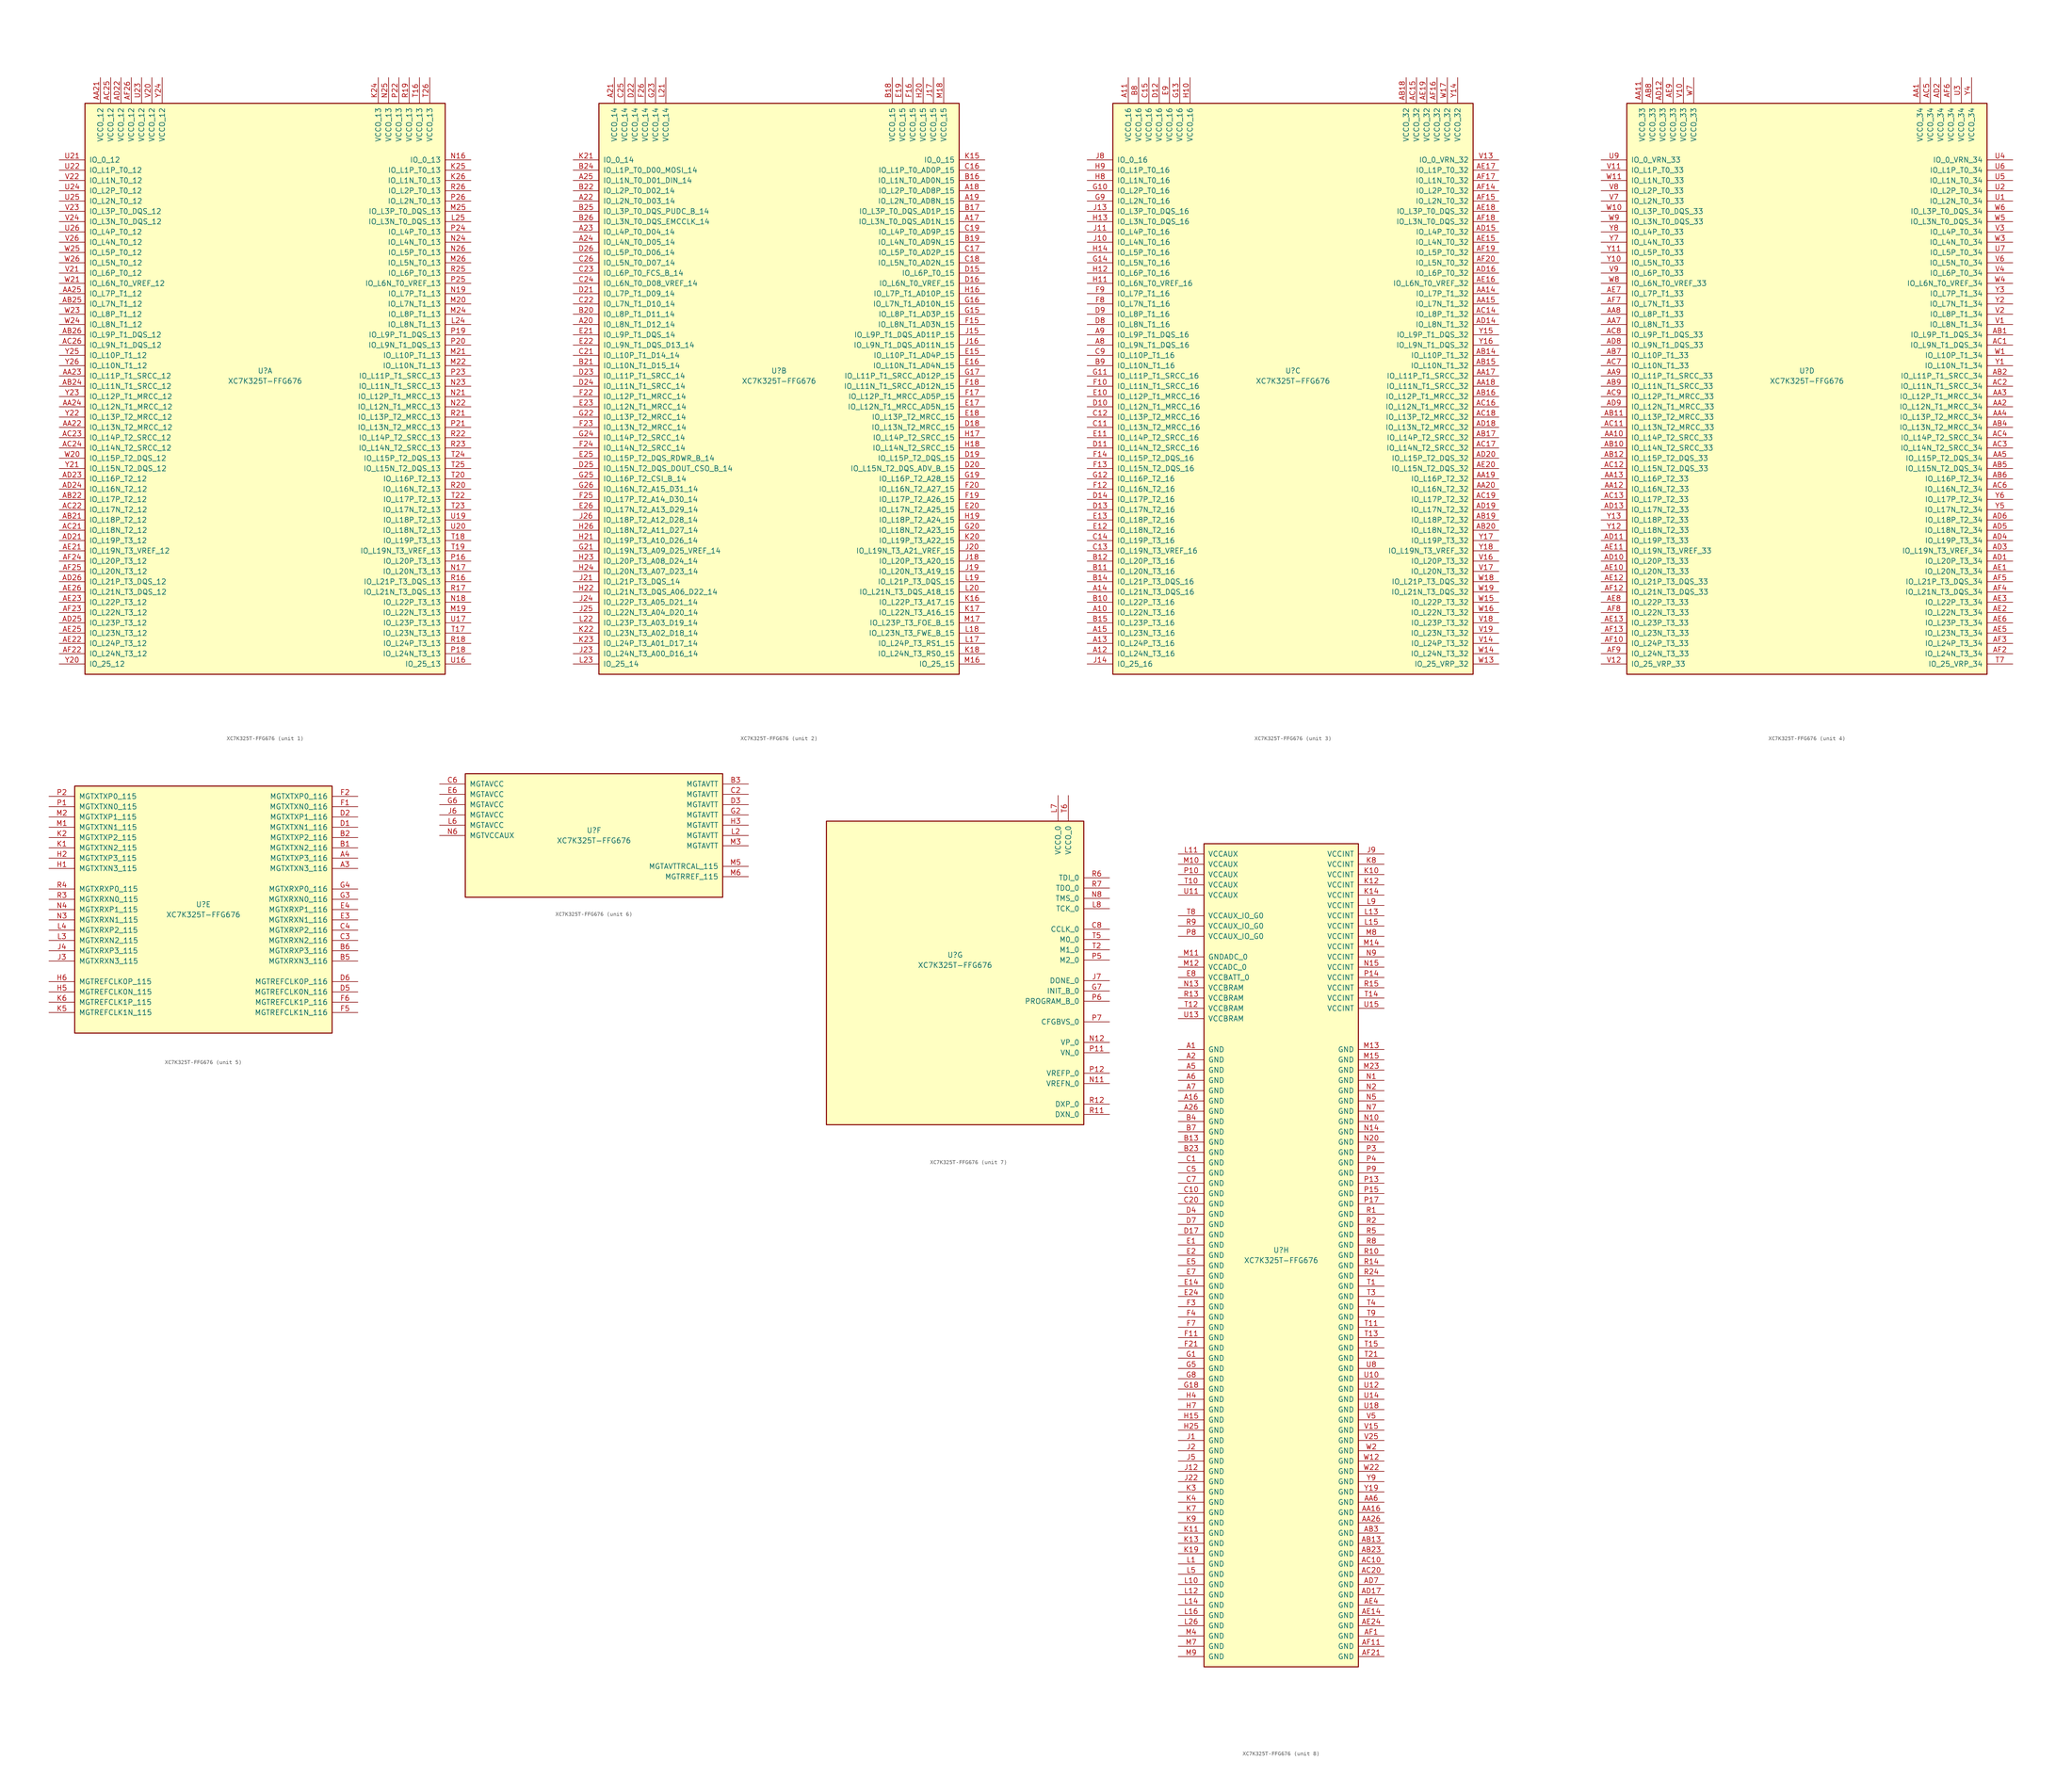
<source format=kicad_sym>
(kicad_symbol_lib
  (version 20241209)
  (generator "kicad_symbol_editor")
  (generator_version "9.0")
  (symbol "XC7K325T-FFG676"
    (pin_names
      (offset 1.016))
    (property "Reference" "U"
      (at 0 1.27 0)
      (effects (font (size 1.27 1.27))))
    (property "Value" "XC7K325T-FFG676"
      (at 0 -1.27 0)
      (effects (font (size 1.27 1.27))))
    (property "Datasheet" ""
      (at 0 0 0)
      (effects (font (size 1.27 1.27))))
    (property "ki_locked" ""
      (at 0 0 0)
      (effects (font (size 1.27 1.27))))
    (symbol "XC7K325T-FFG676_1_1"
      (rectangle (start -44.45 67.31) (end 44.45 -73.66) (stroke (width 0.254) (type default)) (fill (type background)))
      (pin bidirectional line (at -50.8 53.34 0) (length 6.35) (name "IO_0_12" (effects (font (size 1.27 1.27)))) (number "U21" (effects (font (size 1.27 1.27)))))
      (pin bidirectional line (at -50.8 50.8 0) (length 6.35) (name "IO_L1P_T0_12" (effects (font (size 1.27 1.27)))) (number "U22" (effects (font (size 1.27 1.27)))))
      (pin bidirectional line (at -50.8 48.26 0) (length 6.35) (name "IO_L1N_T0_12" (effects (font (size 1.27 1.27)))) (number "V22" (effects (font (size 1.27 1.27)))))
      (pin bidirectional line (at -50.8 45.72 0) (length 6.35) (name "IO_L2P_T0_12" (effects (font (size 1.27 1.27)))) (number "U24" (effects (font (size 1.27 1.27)))))
      (pin bidirectional line (at -50.8 43.18 0) (length 6.35) (name "IO_L2N_T0_12" (effects (font (size 1.27 1.27)))) (number "U25" (effects (font (size 1.27 1.27)))))
      (pin bidirectional line (at -50.8 40.64 0) (length 6.35) (name "IO_L3P_T0_DQS_12" (effects (font (size 1.27 1.27)))) (number "V23" (effects (font (size 1.27 1.27)))))
      (pin bidirectional line (at -50.8 38.1 0) (length 6.35) (name "IO_L3N_T0_DQS_12" (effects (font (size 1.27 1.27)))) (number "V24" (effects (font (size 1.27 1.27)))))
      (pin bidirectional line (at -50.8 35.56 0) (length 6.35) (name "IO_L4P_T0_12" (effects (font (size 1.27 1.27)))) (number "U26" (effects (font (size 1.27 1.27)))))
      (pin bidirectional line (at -50.8 33.02 0) (length 6.35) (name "IO_L4N_T0_12" (effects (font (size 1.27 1.27)))) (number "V26" (effects (font (size 1.27 1.27)))))
      (pin bidirectional line (at -50.8 30.48 0) (length 6.35) (name "IO_L5P_T0_12" (effects (font (size 1.27 1.27)))) (number "W25" (effects (font (size 1.27 1.27)))))
      (pin bidirectional line (at -50.8 27.94 0) (length 6.35) (name "IO_L5N_T0_12" (effects (font (size 1.27 1.27)))) (number "W26" (effects (font (size 1.27 1.27)))))
      (pin bidirectional line (at -50.8 25.4 0) (length 6.35) (name "IO_L6P_T0_12" (effects (font (size 1.27 1.27)))) (number "V21" (effects (font (size 1.27 1.27)))))
      (pin bidirectional line (at -50.8 22.86 0) (length 6.35) (name "IO_L6N_T0_VREF_12" (effects (font (size 1.27 1.27)))) (number "W21" (effects (font (size 1.27 1.27)))))
      (pin bidirectional line (at -50.8 20.32 0) (length 6.35) (name "IO_L7P_T1_12" (effects (font (size 1.27 1.27)))) (number "AA25" (effects (font (size 1.27 1.27)))))
      (pin bidirectional line (at -50.8 17.78 0) (length 6.35) (name "IO_L7N_T1_12" (effects (font (size 1.27 1.27)))) (number "AB25" (effects (font (size 1.27 1.27)))))
      (pin bidirectional line (at -50.8 15.24 0) (length 6.35) (name "IO_L8P_T1_12" (effects (font (size 1.27 1.27)))) (number "W23" (effects (font (size 1.27 1.27)))))
      (pin bidirectional line (at -50.8 12.7 0) (length 6.35) (name "IO_L8N_T1_12" (effects (font (size 1.27 1.27)))) (number "W24" (effects (font (size 1.27 1.27)))))
      (pin bidirectional line (at -50.8 10.16 0) (length 6.35) (name "IO_L9P_T1_DQS_12" (effects (font (size 1.27 1.27)))) (number "AB26" (effects (font (size 1.27 1.27)))))
      (pin bidirectional line (at -50.8 7.62 0) (length 6.35) (name "IO_L9N_T1_DQS_12" (effects (font (size 1.27 1.27)))) (number "AC26" (effects (font (size 1.27 1.27)))))
      (pin bidirectional line (at -50.8 5.08 0) (length 6.35) (name "IO_L10P_T1_12" (effects (font (size 1.27 1.27)))) (number "Y25" (effects (font (size 1.27 1.27)))))
      (pin bidirectional line (at -50.8 2.54 0) (length 6.35) (name "IO_L10N_T1_12" (effects (font (size 1.27 1.27)))) (number "Y26" (effects (font (size 1.27 1.27)))))
      (pin bidirectional line (at -50.8 0 0) (length 6.35) (name "IO_L11P_T1_SRCC_12" (effects (font (size 1.27 1.27)))) (number "AA23" (effects (font (size 1.27 1.27)))))
      (pin bidirectional line (at -50.8 -2.54 0) (length 6.35) (name "IO_L11N_T1_SRCC_12" (effects (font (size 1.27 1.27)))) (number "AB24" (effects (font (size 1.27 1.27)))))
      (pin bidirectional line (at -50.8 -5.08 0) (length 6.35) (name "IO_L12P_T1_MRCC_12" (effects (font (size 1.27 1.27)))) (number "Y23" (effects (font (size 1.27 1.27)))))
      (pin bidirectional line (at -50.8 -7.62 0) (length 6.35) (name "IO_L12N_T1_MRCC_12" (effects (font (size 1.27 1.27)))) (number "AA24" (effects (font (size 1.27 1.27)))))
      (pin bidirectional line (at -50.8 -10.16 0) (length 6.35) (name "IO_L13P_T2_MRCC_12" (effects (font (size 1.27 1.27)))) (number "Y22" (effects (font (size 1.27 1.27)))))
      (pin bidirectional line (at -50.8 -12.7 0) (length 6.35) (name "IO_L13N_T2_MRCC_12" (effects (font (size 1.27 1.27)))) (number "AA22" (effects (font (size 1.27 1.27)))))
      (pin bidirectional line (at -50.8 -15.24 0) (length 6.35) (name "IO_L14P_T2_SRCC_12" (effects (font (size 1.27 1.27)))) (number "AC23" (effects (font (size 1.27 1.27)))))
      (pin bidirectional line (at -50.8 -17.78 0) (length 6.35) (name "IO_L14N_T2_SRCC_12" (effects (font (size 1.27 1.27)))) (number "AC24" (effects (font (size 1.27 1.27)))))
      (pin bidirectional line (at -50.8 -20.32 0) (length 6.35) (name "IO_L15P_T2_DQS_12" (effects (font (size 1.27 1.27)))) (number "W20" (effects (font (size 1.27 1.27)))))
      (pin bidirectional line (at -50.8 -22.86 0) (length 6.35) (name "IO_L15N_T2_DQS_12" (effects (font (size 1.27 1.27)))) (number "Y21" (effects (font (size 1.27 1.27)))))
      (pin bidirectional line (at -50.8 -25.4 0) (length 6.35) (name "IO_L16P_T2_12" (effects (font (size 1.27 1.27)))) (number "AD23" (effects (font (size 1.27 1.27)))))
      (pin bidirectional line (at -50.8 -27.94 0) (length 6.35) (name "IO_L16N_T2_12" (effects (font (size 1.27 1.27)))) (number "AD24" (effects (font (size 1.27 1.27)))))
      (pin bidirectional line (at -50.8 -30.48 0) (length 6.35) (name "IO_L17P_T2_12" (effects (font (size 1.27 1.27)))) (number "AB22" (effects (font (size 1.27 1.27)))))
      (pin bidirectional line (at -50.8 -33.02 0) (length 6.35) (name "IO_L17N_T2_12" (effects (font (size 1.27 1.27)))) (number "AC22" (effects (font (size 1.27 1.27)))))
      (pin bidirectional line (at -50.8 -35.56 0) (length 6.35) (name "IO_L18P_T2_12" (effects (font (size 1.27 1.27)))) (number "AB21" (effects (font (size 1.27 1.27)))))
      (pin bidirectional line (at -50.8 -38.1 0) (length 6.35) (name "IO_L18N_T2_12" (effects (font (size 1.27 1.27)))) (number "AC21" (effects (font (size 1.27 1.27)))))
      (pin bidirectional line (at -50.8 -40.64 0) (length 6.35) (name "IO_L19P_T3_12" (effects (font (size 1.27 1.27)))) (number "AD21" (effects (font (size 1.27 1.27)))))
      (pin bidirectional line (at -50.8 -43.18 0) (length 6.35) (name "IO_L19N_T3_VREF_12" (effects (font (size 1.27 1.27)))) (number "AE21" (effects (font (size 1.27 1.27)))))
      (pin bidirectional line (at -50.8 -45.72 0) (length 6.35) (name "IO_L20P_T3_12" (effects (font (size 1.27 1.27)))) (number "AF24" (effects (font (size 1.27 1.27)))))
      (pin bidirectional line (at -50.8 -48.26 0) (length 6.35) (name "IO_L20N_T3_12" (effects (font (size 1.27 1.27)))) (number "AF25" (effects (font (size 1.27 1.27)))))
      (pin bidirectional line (at -50.8 -50.8 0) (length 6.35) (name "IO_L21P_T3_DQS_12" (effects (font (size 1.27 1.27)))) (number "AD26" (effects (font (size 1.27 1.27)))))
      (pin bidirectional line (at -50.8 -53.34 0) (length 6.35) (name "IO_L21N_T3_DQS_12" (effects (font (size 1.27 1.27)))) (number "AE26" (effects (font (size 1.27 1.27)))))
      (pin bidirectional line (at -50.8 -55.88 0) (length 6.35) (name "IO_L22P_T3_12" (effects (font (size 1.27 1.27)))) (number "AE23" (effects (font (size 1.27 1.27)))))
      (pin bidirectional line (at -50.8 -58.42 0) (length 6.35) (name "IO_L22N_T3_12" (effects (font (size 1.27 1.27)))) (number "AF23" (effects (font (size 1.27 1.27)))))
      (pin bidirectional line (at -50.8 -60.96 0) (length 6.35) (name "IO_L23P_T3_12" (effects (font (size 1.27 1.27)))) (number "AD25" (effects (font (size 1.27 1.27)))))
      (pin bidirectional line (at -50.8 -63.5 0) (length 6.35) (name "IO_L23N_T3_12" (effects (font (size 1.27 1.27)))) (number "AE25" (effects (font (size 1.27 1.27)))))
      (pin bidirectional line (at -50.8 -66.04 0) (length 6.35) (name "IO_L24P_T3_12" (effects (font (size 1.27 1.27)))) (number "AE22" (effects (font (size 1.27 1.27)))))
      (pin bidirectional line (at -50.8 -68.58 0) (length 6.35) (name "IO_L24N_T3_12" (effects (font (size 1.27 1.27)))) (number "AF22" (effects (font (size 1.27 1.27)))))
      (pin bidirectional line (at -50.8 -71.12 0) (length 6.35) (name "IO_25_12" (effects (font (size 1.27 1.27)))) (number "Y20" (effects (font (size 1.27 1.27)))))
      (pin power_in line (at -40.64 73.66 270) (length 6.35) (name "VCCO_12" (effects (font (size 1.27 1.27)))) (number "AA21" (effects (font (size 1.27 1.27)))))
      (pin power_in line (at -38.1 73.66 270) (length 6.35) (name "VCCO_12" (effects (font (size 1.27 1.27)))) (number "AC25" (effects (font (size 1.27 1.27)))))
      (pin power_in line (at -35.56 73.66 270) (length 6.35) (name "VCCO_12" (effects (font (size 1.27 1.27)))) (number "AD22" (effects (font (size 1.27 1.27)))))
      (pin power_in line (at -33.02 73.66 270) (length 6.35) (name "VCCO_12" (effects (font (size 1.27 1.27)))) (number "AF26" (effects (font (size 1.27 1.27)))))
      (pin power_in line (at -30.48 73.66 270) (length 6.35) (name "VCCO_12" (effects (font (size 1.27 1.27)))) (number "U23" (effects (font (size 1.27 1.27)))))
      (pin power_in line (at -27.94 73.66 270) (length 6.35) (name "VCCO_12" (effects (font (size 1.27 1.27)))) (number "V20" (effects (font (size 1.27 1.27)))))
      (pin power_in line (at -25.4 73.66 270) (length 6.35) (name "VCCO_12" (effects (font (size 1.27 1.27)))) (number "Y24" (effects (font (size 1.27 1.27)))))
      (pin power_in line (at 27.94 73.66 270) (length 6.35) (name "VCCO_13" (effects (font (size 1.27 1.27)))) (number "K24" (effects (font (size 1.27 1.27)))))
      (pin power_in line (at 30.48 73.66 270) (length 6.35) (name "VCCO_13" (effects (font (size 1.27 1.27)))) (number "N25" (effects (font (size 1.27 1.27)))))
      (pin power_in line (at 33.02 73.66 270) (length 6.35) (name "VCCO_13" (effects (font (size 1.27 1.27)))) (number "P22" (effects (font (size 1.27 1.27)))))
      (pin power_in line (at 35.56 73.66 270) (length 6.35) (name "VCCO_13" (effects (font (size 1.27 1.27)))) (number "R19" (effects (font (size 1.27 1.27)))))
      (pin power_in line (at 38.1 73.66 270) (length 6.35) (name "VCCO_13" (effects (font (size 1.27 1.27)))) (number "T16" (effects (font (size 1.27 1.27)))))
      (pin power_in line (at 40.64 73.66 270) (length 6.35) (name "VCCO_13" (effects (font (size 1.27 1.27)))) (number "T26" (effects (font (size 1.27 1.27)))))
      (pin bidirectional line (at 50.8 53.34 180) (length 6.35) (name "IO_0_13" (effects (font (size 1.27 1.27)))) (number "N16" (effects (font (size 1.27 1.27)))))
      (pin bidirectional line (at 50.8 50.8 180) (length 6.35) (name "IO_L1P_T0_13" (effects (font (size 1.27 1.27)))) (number "K25" (effects (font (size 1.27 1.27)))))
      (pin bidirectional line (at 50.8 48.26 180) (length 6.35) (name "IO_L1N_T0_13" (effects (font (size 1.27 1.27)))) (number "K26" (effects (font (size 1.27 1.27)))))
      (pin bidirectional line (at 50.8 45.72 180) (length 6.35) (name "IO_L2P_T0_13" (effects (font (size 1.27 1.27)))) (number "R26" (effects (font (size 1.27 1.27)))))
      (pin bidirectional line (at 50.8 43.18 180) (length 6.35) (name "IO_L2N_T0_13" (effects (font (size 1.27 1.27)))) (number "P26" (effects (font (size 1.27 1.27)))))
      (pin bidirectional line (at 50.8 40.64 180) (length 6.35) (name "IO_L3P_T0_DQS_13" (effects (font (size 1.27 1.27)))) (number "M25" (effects (font (size 1.27 1.27)))))
      (pin bidirectional line (at 50.8 38.1 180) (length 6.35) (name "IO_L3N_T0_DQS_13" (effects (font (size 1.27 1.27)))) (number "L25" (effects (font (size 1.27 1.27)))))
      (pin bidirectional line (at 50.8 35.56 180) (length 6.35) (name "IO_L4P_T0_13" (effects (font (size 1.27 1.27)))) (number "P24" (effects (font (size 1.27 1.27)))))
      (pin bidirectional line (at 50.8 33.02 180) (length 6.35) (name "IO_L4N_T0_13" (effects (font (size 1.27 1.27)))) (number "N24" (effects (font (size 1.27 1.27)))))
      (pin bidirectional line (at 50.8 30.48 180) (length 6.35) (name "IO_L5P_T0_13" (effects (font (size 1.27 1.27)))) (number "N26" (effects (font (size 1.27 1.27)))))
      (pin bidirectional line (at 50.8 27.94 180) (length 6.35) (name "IO_L5N_T0_13" (effects (font (size 1.27 1.27)))) (number "M26" (effects (font (size 1.27 1.27)))))
      (pin bidirectional line (at 50.8 25.4 180) (length 6.35) (name "IO_L6P_T0_13" (effects (font (size 1.27 1.27)))) (number "R25" (effects (font (size 1.27 1.27)))))
      (pin bidirectional line (at 50.8 22.86 180) (length 6.35) (name "IO_L6N_T0_VREF_13" (effects (font (size 1.27 1.27)))) (number "P25" (effects (font (size 1.27 1.27)))))
      (pin bidirectional line (at 50.8 20.32 180) (length 6.35) (name "IO_L7P_T1_13" (effects (font (size 1.27 1.27)))) (number "N19" (effects (font (size 1.27 1.27)))))
      (pin bidirectional line (at 50.8 17.78 180) (length 6.35) (name "IO_L7N_T1_13" (effects (font (size 1.27 1.27)))) (number "M20" (effects (font (size 1.27 1.27)))))
      (pin bidirectional line (at 50.8 15.24 180) (length 6.35) (name "IO_L8P_T1_13" (effects (font (size 1.27 1.27)))) (number "M24" (effects (font (size 1.27 1.27)))))
      (pin bidirectional line (at 50.8 12.7 180) (length 6.35) (name "IO_L8N_T1_13" (effects (font (size 1.27 1.27)))) (number "L24" (effects (font (size 1.27 1.27)))))
      (pin bidirectional line (at 50.8 10.16 180) (length 6.35) (name "IO_L9P_T1_DQS_13" (effects (font (size 1.27 1.27)))) (number "P19" (effects (font (size 1.27 1.27)))))
      (pin bidirectional line (at 50.8 7.62 180) (length 6.35) (name "IO_L9N_T1_DQS_13" (effects (font (size 1.27 1.27)))) (number "P20" (effects (font (size 1.27 1.27)))))
      (pin bidirectional line (at 50.8 5.08 180) (length 6.35) (name "IO_L10P_T1_13" (effects (font (size 1.27 1.27)))) (number "M21" (effects (font (size 1.27 1.27)))))
      (pin bidirectional line (at 50.8 2.54 180) (length 6.35) (name "IO_L10N_T1_13" (effects (font (size 1.27 1.27)))) (number "M22" (effects (font (size 1.27 1.27)))))
      (pin bidirectional line (at 50.8 0 180) (length 6.35) (name "IO_L11P_T1_SRCC_13" (effects (font (size 1.27 1.27)))) (number "P23" (effects (font (size 1.27 1.27)))))
      (pin bidirectional line (at 50.8 -2.54 180) (length 6.35) (name "IO_L11N_T1_SRCC_13" (effects (font (size 1.27 1.27)))) (number "N23" (effects (font (size 1.27 1.27)))))
      (pin bidirectional line (at 50.8 -5.08 180) (length 6.35) (name "IO_L12P_T1_MRCC_13" (effects (font (size 1.27 1.27)))) (number "N21" (effects (font (size 1.27 1.27)))))
      (pin bidirectional line (at 50.8 -7.62 180) (length 6.35) (name "IO_L12N_T1_MRCC_13" (effects (font (size 1.27 1.27)))) (number "N22" (effects (font (size 1.27 1.27)))))
      (pin bidirectional line (at 50.8 -10.16 180) (length 6.35) (name "IO_L13P_T2_MRCC_13" (effects (font (size 1.27 1.27)))) (number "R21" (effects (font (size 1.27 1.27)))))
      (pin bidirectional line (at 50.8 -12.7 180) (length 6.35) (name "IO_L13N_T2_MRCC_13" (effects (font (size 1.27 1.27)))) (number "P21" (effects (font (size 1.27 1.27)))))
      (pin bidirectional line (at 50.8 -15.24 180) (length 6.35) (name "IO_L14P_T2_SRCC_13" (effects (font (size 1.27 1.27)))) (number "R22" (effects (font (size 1.27 1.27)))))
      (pin bidirectional line (at 50.8 -17.78 180) (length 6.35) (name "IO_L14N_T2_SRCC_13" (effects (font (size 1.27 1.27)))) (number "R23" (effects (font (size 1.27 1.27)))))
      (pin bidirectional line (at 50.8 -20.32 180) (length 6.35) (name "IO_L15P_T2_DQS_13" (effects (font (size 1.27 1.27)))) (number "T24" (effects (font (size 1.27 1.27)))))
      (pin bidirectional line (at 50.8 -22.86 180) (length 6.35) (name "IO_L15N_T2_DQS_13" (effects (font (size 1.27 1.27)))) (number "T25" (effects (font (size 1.27 1.27)))))
      (pin bidirectional line (at 50.8 -25.4 180) (length 6.35) (name "IO_L16P_T2_13" (effects (font (size 1.27 1.27)))) (number "T20" (effects (font (size 1.27 1.27)))))
      (pin bidirectional line (at 50.8 -27.94 180) (length 6.35) (name "IO_L16N_T2_13" (effects (font (size 1.27 1.27)))) (number "R20" (effects (font (size 1.27 1.27)))))
      (pin bidirectional line (at 50.8 -30.48 180) (length 6.35) (name "IO_L17P_T2_13" (effects (font (size 1.27 1.27)))) (number "T22" (effects (font (size 1.27 1.27)))))
      (pin bidirectional line (at 50.8 -33.02 180) (length 6.35) (name "IO_L17N_T2_13" (effects (font (size 1.27 1.27)))) (number "T23" (effects (font (size 1.27 1.27)))))
      (pin bidirectional line (at 50.8 -35.56 180) (length 6.35) (name "IO_L18P_T2_13" (effects (font (size 1.27 1.27)))) (number "U19" (effects (font (size 1.27 1.27)))))
      (pin bidirectional line (at 50.8 -38.1 180) (length 6.35) (name "IO_L18N_T2_13" (effects (font (size 1.27 1.27)))) (number "U20" (effects (font (size 1.27 1.27)))))
      (pin bidirectional line (at 50.8 -40.64 180) (length 6.35) (name "IO_L19P_T3_13" (effects (font (size 1.27 1.27)))) (number "T18" (effects (font (size 1.27 1.27)))))
      (pin bidirectional line (at 50.8 -43.18 180) (length 6.35) (name "IO_L19N_T3_VREF_13" (effects (font (size 1.27 1.27)))) (number "T19" (effects (font (size 1.27 1.27)))))
      (pin bidirectional line (at 50.8 -45.72 180) (length 6.35) (name "IO_L20P_T3_13" (effects (font (size 1.27 1.27)))) (number "P16" (effects (font (size 1.27 1.27)))))
      (pin bidirectional line (at 50.8 -48.26 180) (length 6.35) (name "IO_L20N_T3_13" (effects (font (size 1.27 1.27)))) (number "N17" (effects (font (size 1.27 1.27)))))
      (pin bidirectional line (at 50.8 -50.8 180) (length 6.35) (name "IO_L21P_T3_DQS_13" (effects (font (size 1.27 1.27)))) (number "R16" (effects (font (size 1.27 1.27)))))
      (pin bidirectional line (at 50.8 -53.34 180) (length 6.35) (name "IO_L21N_T3_DQS_13" (effects (font (size 1.27 1.27)))) (number "R17" (effects (font (size 1.27 1.27)))))
      (pin bidirectional line (at 50.8 -55.88 180) (length 6.35) (name "IO_L22P_T3_13" (effects (font (size 1.27 1.27)))) (number "N18" (effects (font (size 1.27 1.27)))))
      (pin bidirectional line (at 50.8 -58.42 180) (length 6.35) (name "IO_L22N_T3_13" (effects (font (size 1.27 1.27)))) (number "M19" (effects (font (size 1.27 1.27)))))
      (pin bidirectional line (at 50.8 -60.96 180) (length 6.35) (name "IO_L23P_T3_13" (effects (font (size 1.27 1.27)))) (number "U17" (effects (font (size 1.27 1.27)))))
      (pin bidirectional line (at 50.8 -63.5 180) (length 6.35) (name "IO_L23N_T3_13" (effects (font (size 1.27 1.27)))) (number "T17" (effects (font (size 1.27 1.27)))))
      (pin bidirectional line (at 50.8 -66.04 180) (length 6.35) (name "IO_L24P_T3_13" (effects (font (size 1.27 1.27)))) (number "R18" (effects (font (size 1.27 1.27)))))
      (pin bidirectional line (at 50.8 -68.58 180) (length 6.35) (name "IO_L24N_T3_13" (effects (font (size 1.27 1.27)))) (number "P18" (effects (font (size 1.27 1.27)))))
      (pin bidirectional line (at 50.8 -71.12 180) (length 6.35) (name "IO_25_13" (effects (font (size 1.27 1.27)))) (number "U16" (effects (font (size 1.27 1.27))))))
    (symbol "XC7K325T-FFG676_2_1"
      (rectangle (start -44.45 67.31) (end 44.45 -73.66) (stroke (width 0.254) (type default)) (fill (type background)))
      (pin bidirectional line (at -50.8 53.34 0) (length 6.35) (name "IO_0_14" (effects (font (size 1.27 1.27)))) (number "K21" (effects (font (size 1.27 1.27)))))
      (pin bidirectional line (at -50.8 50.8 0) (length 6.35) (name "IO_L1P_T0_D00_MOSI_14" (effects (font (size 1.27 1.27)))) (number "B24" (effects (font (size 1.27 1.27)))))
      (pin bidirectional line (at -50.8 48.26 0) (length 6.35) (name "IO_L1N_T0_D01_DIN_14" (effects (font (size 1.27 1.27)))) (number "A25" (effects (font (size 1.27 1.27)))))
      (pin bidirectional line (at -50.8 45.72 0) (length 6.35) (name "IO_L2P_T0_D02_14" (effects (font (size 1.27 1.27)))) (number "B22" (effects (font (size 1.27 1.27)))))
      (pin bidirectional line (at -50.8 43.18 0) (length 6.35) (name "IO_L2N_T0_D03_14" (effects (font (size 1.27 1.27)))) (number "A22" (effects (font (size 1.27 1.27)))))
      (pin bidirectional line (at -50.8 40.64 0) (length 6.35) (name "IO_L3P_T0_DQS_PUDC_B_14" (effects (font (size 1.27 1.27)))) (number "B25" (effects (font (size 1.27 1.27)))))
      (pin bidirectional line (at -50.8 38.1 0) (length 6.35) (name "IO_L3N_T0_DQS_EMCCLK_14" (effects (font (size 1.27 1.27)))) (number "B26" (effects (font (size 1.27 1.27)))))
      (pin bidirectional line (at -50.8 35.56 0) (length 6.35) (name "IO_L4P_T0_D04_14" (effects (font (size 1.27 1.27)))) (number "A23" (effects (font (size 1.27 1.27)))))
      (pin bidirectional line (at -50.8 33.02 0) (length 6.35) (name "IO_L4N_T0_D05_14" (effects (font (size 1.27 1.27)))) (number "A24" (effects (font (size 1.27 1.27)))))
      (pin bidirectional line (at -50.8 30.48 0) (length 6.35) (name "IO_L5P_T0_D06_14" (effects (font (size 1.27 1.27)))) (number "D26" (effects (font (size 1.27 1.27)))))
      (pin bidirectional line (at -50.8 27.94 0) (length 6.35) (name "IO_L5N_T0_D07_14" (effects (font (size 1.27 1.27)))) (number "C26" (effects (font (size 1.27 1.27)))))
      (pin bidirectional line (at -50.8 25.4 0) (length 6.35) (name "IO_L6P_T0_FCS_B_14" (effects (font (size 1.27 1.27)))) (number "C23" (effects (font (size 1.27 1.27)))))
      (pin bidirectional line (at -50.8 22.86 0) (length 6.35) (name "IO_L6N_T0_D08_VREF_14" (effects (font (size 1.27 1.27)))) (number "C24" (effects (font (size 1.27 1.27)))))
      (pin bidirectional line (at -50.8 20.32 0) (length 6.35) (name "IO_L7P_T1_D09_14" (effects (font (size 1.27 1.27)))) (number "D21" (effects (font (size 1.27 1.27)))))
      (pin bidirectional line (at -50.8 17.78 0) (length 6.35) (name "IO_L7N_T1_D10_14" (effects (font (size 1.27 1.27)))) (number "C22" (effects (font (size 1.27 1.27)))))
      (pin bidirectional line (at -50.8 15.24 0) (length 6.35) (name "IO_L8P_T1_D11_14" (effects (font (size 1.27 1.27)))) (number "B20" (effects (font (size 1.27 1.27)))))
      (pin bidirectional line (at -50.8 12.7 0) (length 6.35) (name "IO_L8N_T1_D12_14" (effects (font (size 1.27 1.27)))) (number "A20" (effects (font (size 1.27 1.27)))))
      (pin bidirectional line (at -50.8 10.16 0) (length 6.35) (name "IO_L9P_T1_DQS_14" (effects (font (size 1.27 1.27)))) (number "E21" (effects (font (size 1.27 1.27)))))
      (pin bidirectional line (at -50.8 7.62 0) (length 6.35) (name "IO_L9N_T1_DQS_D13_14" (effects (font (size 1.27 1.27)))) (number "E22" (effects (font (size 1.27 1.27)))))
      (pin bidirectional line (at -50.8 5.08 0) (length 6.35) (name "IO_L10P_T1_D14_14" (effects (font (size 1.27 1.27)))) (number "C21" (effects (font (size 1.27 1.27)))))
      (pin bidirectional line (at -50.8 2.54 0) (length 6.35) (name "IO_L10N_T1_D15_14" (effects (font (size 1.27 1.27)))) (number "B21" (effects (font (size 1.27 1.27)))))
      (pin bidirectional line (at -50.8 0 0) (length 6.35) (name "IO_L11P_T1_SRCC_14" (effects (font (size 1.27 1.27)))) (number "D23" (effects (font (size 1.27 1.27)))))
      (pin bidirectional line (at -50.8 -2.54 0) (length 6.35) (name "IO_L11N_T1_SRCC_14" (effects (font (size 1.27 1.27)))) (number "D24" (effects (font (size 1.27 1.27)))))
      (pin bidirectional line (at -50.8 -5.08 0) (length 6.35) (name "IO_L12P_T1_MRCC_14" (effects (font (size 1.27 1.27)))) (number "F22" (effects (font (size 1.27 1.27)))))
      (pin bidirectional line (at -50.8 -7.62 0) (length 6.35) (name "IO_L12N_T1_MRCC_14" (effects (font (size 1.27 1.27)))) (number "E23" (effects (font (size 1.27 1.27)))))
      (pin bidirectional line (at -50.8 -10.16 0) (length 6.35) (name "IO_L13P_T2_MRCC_14" (effects (font (size 1.27 1.27)))) (number "G22" (effects (font (size 1.27 1.27)))))
      (pin bidirectional line (at -50.8 -12.7 0) (length 6.35) (name "IO_L13N_T2_MRCC_14" (effects (font (size 1.27 1.27)))) (number "F23" (effects (font (size 1.27 1.27)))))
      (pin bidirectional line (at -50.8 -15.24 0) (length 6.35) (name "IO_L14P_T2_SRCC_14" (effects (font (size 1.27 1.27)))) (number "G24" (effects (font (size 1.27 1.27)))))
      (pin bidirectional line (at -50.8 -17.78 0) (length 6.35) (name "IO_L14N_T2_SRCC_14" (effects (font (size 1.27 1.27)))) (number "F24" (effects (font (size 1.27 1.27)))))
      (pin bidirectional line (at -50.8 -20.32 0) (length 6.35) (name "IO_L15P_T2_DQS_RDWR_B_14" (effects (font (size 1.27 1.27)))) (number "E25" (effects (font (size 1.27 1.27)))))
      (pin bidirectional line (at -50.8 -22.86 0) (length 6.35) (name "IO_L15N_T2_DQS_DOUT_CSO_B_14" (effects (font (size 1.27 1.27)))) (number "D25" (effects (font (size 1.27 1.27)))))
      (pin bidirectional line (at -50.8 -25.4 0) (length 6.35) (name "IO_L16P_T2_CSI_B_14" (effects (font (size 1.27 1.27)))) (number "G25" (effects (font (size 1.27 1.27)))))
      (pin bidirectional line (at -50.8 -27.94 0) (length 6.35) (name "IO_L16N_T2_A15_D31_14" (effects (font (size 1.27 1.27)))) (number "G26" (effects (font (size 1.27 1.27)))))
      (pin bidirectional line (at -50.8 -30.48 0) (length 6.35) (name "IO_L17P_T2_A14_D30_14" (effects (font (size 1.27 1.27)))) (number "F25" (effects (font (size 1.27 1.27)))))
      (pin bidirectional line (at -50.8 -33.02 0) (length 6.35) (name "IO_L17N_T2_A13_D29_14" (effects (font (size 1.27 1.27)))) (number "E26" (effects (font (size 1.27 1.27)))))
      (pin bidirectional line (at -50.8 -35.56 0) (length 6.35) (name "IO_L18P_T2_A12_D28_14" (effects (font (size 1.27 1.27)))) (number "J26" (effects (font (size 1.27 1.27)))))
      (pin bidirectional line (at -50.8 -38.1 0) (length 6.35) (name "IO_L18N_T2_A11_D27_14" (effects (font (size 1.27 1.27)))) (number "H26" (effects (font (size 1.27 1.27)))))
      (pin bidirectional line (at -50.8 -40.64 0) (length 6.35) (name "IO_L19P_T3_A10_D26_14" (effects (font (size 1.27 1.27)))) (number "H21" (effects (font (size 1.27 1.27)))))
      (pin bidirectional line (at -50.8 -43.18 0) (length 6.35) (name "IO_L19N_T3_A09_D25_VREF_14" (effects (font (size 1.27 1.27)))) (number "G21" (effects (font (size 1.27 1.27)))))
      (pin bidirectional line (at -50.8 -45.72 0) (length 6.35) (name "IO_L20P_T3_A08_D24_14" (effects (font (size 1.27 1.27)))) (number "H23" (effects (font (size 1.27 1.27)))))
      (pin bidirectional line (at -50.8 -48.26 0) (length 6.35) (name "IO_L20N_T3_A07_D23_14" (effects (font (size 1.27 1.27)))) (number "H24" (effects (font (size 1.27 1.27)))))
      (pin bidirectional line (at -50.8 -50.8 0) (length 6.35) (name "IO_L21P_T3_DQS_14" (effects (font (size 1.27 1.27)))) (number "J21" (effects (font (size 1.27 1.27)))))
      (pin bidirectional line (at -50.8 -53.34 0) (length 6.35) (name "IO_L21N_T3_DQS_A06_D22_14" (effects (font (size 1.27 1.27)))) (number "H22" (effects (font (size 1.27 1.27)))))
      (pin bidirectional line (at -50.8 -55.88 0) (length 6.35) (name "IO_L22P_T3_A05_D21_14" (effects (font (size 1.27 1.27)))) (number "J24" (effects (font (size 1.27 1.27)))))
      (pin bidirectional line (at -50.8 -58.42 0) (length 6.35) (name "IO_L22N_T3_A04_D20_14" (effects (font (size 1.27 1.27)))) (number "J25" (effects (font (size 1.27 1.27)))))
      (pin bidirectional line (at -50.8 -60.96 0) (length 6.35) (name "IO_L23P_T3_A03_D19_14" (effects (font (size 1.27 1.27)))) (number "L22" (effects (font (size 1.27 1.27)))))
      (pin bidirectional line (at -50.8 -63.5 0) (length 6.35) (name "IO_L23N_T3_A02_D18_14" (effects (font (size 1.27 1.27)))) (number "K22" (effects (font (size 1.27 1.27)))))
      (pin bidirectional line (at -50.8 -66.04 0) (length 6.35) (name "IO_L24P_T3_A01_D17_14" (effects (font (size 1.27 1.27)))) (number "K23" (effects (font (size 1.27 1.27)))))
      (pin bidirectional line (at -50.8 -68.58 0) (length 6.35) (name "IO_L24N_T3_A00_D16_14" (effects (font (size 1.27 1.27)))) (number "J23" (effects (font (size 1.27 1.27)))))
      (pin bidirectional line (at -50.8 -71.12 0) (length 6.35) (name "IO_25_14" (effects (font (size 1.27 1.27)))) (number "L23" (effects (font (size 1.27 1.27)))))
      (pin power_in line (at -40.64 73.66 270) (length 6.35) (name "VCCO_14" (effects (font (size 1.27 1.27)))) (number "A21" (effects (font (size 1.27 1.27)))))
      (pin power_in line (at -38.1 73.66 270) (length 6.35) (name "VCCO_14" (effects (font (size 1.27 1.27)))) (number "C25" (effects (font (size 1.27 1.27)))))
      (pin power_in line (at -35.56 73.66 270) (length 6.35) (name "VCCO_14" (effects (font (size 1.27 1.27)))) (number "D22" (effects (font (size 1.27 1.27)))))
      (pin power_in line (at -33.02 73.66 270) (length 6.35) (name "VCCO_14" (effects (font (size 1.27 1.27)))) (number "F26" (effects (font (size 1.27 1.27)))))
      (pin power_in line (at -30.48 73.66 270) (length 6.35) (name "VCCO_14" (effects (font (size 1.27 1.27)))) (number "G23" (effects (font (size 1.27 1.27)))))
      (pin power_in line (at -27.94 73.66 270) (length 6.35) (name "VCCO_14" (effects (font (size 1.27 1.27)))) (number "L21" (effects (font (size 1.27 1.27)))))
      (pin power_in line (at 27.94 73.66 270) (length 6.35) (name "VCCO_15" (effects (font (size 1.27 1.27)))) (number "B18" (effects (font (size 1.27 1.27)))))
      (pin power_in line (at 30.48 73.66 270) (length 6.35) (name "VCCO_15" (effects (font (size 1.27 1.27)))) (number "E19" (effects (font (size 1.27 1.27)))))
      (pin power_in line (at 33.02 73.66 270) (length 6.35) (name "VCCO_15" (effects (font (size 1.27 1.27)))) (number "F16" (effects (font (size 1.27 1.27)))))
      (pin power_in line (at 35.56 73.66 270) (length 6.35) (name "VCCO_15" (effects (font (size 1.27 1.27)))) (number "H20" (effects (font (size 1.27 1.27)))))
      (pin power_in line (at 38.1 73.66 270) (length 6.35) (name "VCCO_15" (effects (font (size 1.27 1.27)))) (number "J17" (effects (font (size 1.27 1.27)))))
      (pin power_in line (at 40.64 73.66 270) (length 6.35) (name "VCCO_15" (effects (font (size 1.27 1.27)))) (number "M18" (effects (font (size 1.27 1.27)))))
      (pin bidirectional line (at 50.8 53.34 180) (length 6.35) (name "IO_0_15" (effects (font (size 1.27 1.27)))) (number "K15" (effects (font (size 1.27 1.27)))))
      (pin bidirectional line (at 50.8 50.8 180) (length 6.35) (name "IO_L1P_T0_AD0P_15" (effects (font (size 1.27 1.27)))) (number "C16" (effects (font (size 1.27 1.27)))))
      (pin bidirectional line (at 50.8 48.26 180) (length 6.35) (name "IO_L1N_T0_AD0N_15" (effects (font (size 1.27 1.27)))) (number "B16" (effects (font (size 1.27 1.27)))))
      (pin bidirectional line (at 50.8 45.72 180) (length 6.35) (name "IO_L2P_T0_AD8P_15" (effects (font (size 1.27 1.27)))) (number "A18" (effects (font (size 1.27 1.27)))))
      (pin bidirectional line (at 50.8 43.18 180) (length 6.35) (name "IO_L2N_T0_AD8N_15" (effects (font (size 1.27 1.27)))) (number "A19" (effects (font (size 1.27 1.27)))))
      (pin bidirectional line (at 50.8 40.64 180) (length 6.35) (name "IO_L3P_T0_DQS_AD1P_15" (effects (font (size 1.27 1.27)))) (number "B17" (effects (font (size 1.27 1.27)))))
      (pin bidirectional line (at 50.8 38.1 180) (length 6.35) (name "IO_L3N_T0_DQS_AD1N_15" (effects (font (size 1.27 1.27)))) (number "A17" (effects (font (size 1.27 1.27)))))
      (pin bidirectional line (at 50.8 35.56 180) (length 6.35) (name "IO_L4P_T0_AD9P_15" (effects (font (size 1.27 1.27)))) (number "C19" (effects (font (size 1.27 1.27)))))
      (pin bidirectional line (at 50.8 33.02 180) (length 6.35) (name "IO_L4N_T0_AD9N_15" (effects (font (size 1.27 1.27)))) (number "B19" (effects (font (size 1.27 1.27)))))
      (pin bidirectional line (at 50.8 30.48 180) (length 6.35) (name "IO_L5P_T0_AD2P_15" (effects (font (size 1.27 1.27)))) (number "C17" (effects (font (size 1.27 1.27)))))
      (pin bidirectional line (at 50.8 27.94 180) (length 6.35) (name "IO_L5N_T0_AD2N_15" (effects (font (size 1.27 1.27)))) (number "C18" (effects (font (size 1.27 1.27)))))
      (pin bidirectional line (at 50.8 25.4 180) (length 6.35) (name "IO_L6P_T0_15" (effects (font (size 1.27 1.27)))) (number "D15" (effects (font (size 1.27 1.27)))))
      (pin bidirectional line (at 50.8 22.86 180) (length 6.35) (name "IO_L6N_T0_VREF_15" (effects (font (size 1.27 1.27)))) (number "D16" (effects (font (size 1.27 1.27)))))
      (pin bidirectional line (at 50.8 20.32 180) (length 6.35) (name "IO_L7P_T1_AD10P_15" (effects (font (size 1.27 1.27)))) (number "H16" (effects (font (size 1.27 1.27)))))
      (pin bidirectional line (at 50.8 17.78 180) (length 6.35) (name "IO_L7N_T1_AD10N_15" (effects (font (size 1.27 1.27)))) (number "G16" (effects (font (size 1.27 1.27)))))
      (pin bidirectional line (at 50.8 15.24 180) (length 6.35) (name "IO_L8P_T1_AD3P_15" (effects (font (size 1.27 1.27)))) (number "G15" (effects (font (size 1.27 1.27)))))
      (pin bidirectional line (at 50.8 12.7 180) (length 6.35) (name "IO_L8N_T1_AD3N_15" (effects (font (size 1.27 1.27)))) (number "F15" (effects (font (size 1.27 1.27)))))
      (pin bidirectional line (at 50.8 10.16 180) (length 6.35) (name "IO_L9P_T1_DQS_AD11P_15" (effects (font (size 1.27 1.27)))) (number "J15" (effects (font (size 1.27 1.27)))))
      (pin bidirectional line (at 50.8 7.62 180) (length 6.35) (name "IO_L9N_T1_DQS_AD11N_15" (effects (font (size 1.27 1.27)))) (number "J16" (effects (font (size 1.27 1.27)))))
      (pin bidirectional line (at 50.8 5.08 180) (length 6.35) (name "IO_L10P_T1_AD4P_15" (effects (font (size 1.27 1.27)))) (number "E15" (effects (font (size 1.27 1.27)))))
      (pin bidirectional line (at 50.8 2.54 180) (length 6.35) (name "IO_L10N_T1_AD4N_15" (effects (font (size 1.27 1.27)))) (number "E16" (effects (font (size 1.27 1.27)))))
      (pin bidirectional line (at 50.8 0 180) (length 6.35) (name "IO_L11P_T1_SRCC_AD12P_15" (effects (font (size 1.27 1.27)))) (number "G17" (effects (font (size 1.27 1.27)))))
      (pin bidirectional line (at 50.8 -2.54 180) (length 6.35) (name "IO_L11N_T1_SRCC_AD12N_15" (effects (font (size 1.27 1.27)))) (number "F18" (effects (font (size 1.27 1.27)))))
      (pin bidirectional line (at 50.8 -5.08 180) (length 6.35) (name "IO_L12P_T1_MRCC_AD5P_15" (effects (font (size 1.27 1.27)))) (number "F17" (effects (font (size 1.27 1.27)))))
      (pin bidirectional line (at 50.8 -7.62 180) (length 6.35) (name "IO_L12N_T1_MRCC_AD5N_15" (effects (font (size 1.27 1.27)))) (number "E17" (effects (font (size 1.27 1.27)))))
      (pin bidirectional line (at 50.8 -10.16 180) (length 6.35) (name "IO_L13P_T2_MRCC_15" (effects (font (size 1.27 1.27)))) (number "E18" (effects (font (size 1.27 1.27)))))
      (pin bidirectional line (at 50.8 -12.7 180) (length 6.35) (name "IO_L13N_T2_MRCC_15" (effects (font (size 1.27 1.27)))) (number "D18" (effects (font (size 1.27 1.27)))))
      (pin bidirectional line (at 50.8 -15.24 180) (length 6.35) (name "IO_L14P_T2_SRCC_15" (effects (font (size 1.27 1.27)))) (number "H17" (effects (font (size 1.27 1.27)))))
      (pin bidirectional line (at 50.8 -17.78 180) (length 6.35) (name "IO_L14N_T2_SRCC_15" (effects (font (size 1.27 1.27)))) (number "H18" (effects (font (size 1.27 1.27)))))
      (pin bidirectional line (at 50.8 -20.32 180) (length 6.35) (name "IO_L15P_T2_DQS_15" (effects (font (size 1.27 1.27)))) (number "D19" (effects (font (size 1.27 1.27)))))
      (pin bidirectional line (at 50.8 -22.86 180) (length 6.35) (name "IO_L15N_T2_DQS_ADV_B_15" (effects (font (size 1.27 1.27)))) (number "D20" (effects (font (size 1.27 1.27)))))
      (pin bidirectional line (at 50.8 -25.4 180) (length 6.35) (name "IO_L16P_T2_A28_15" (effects (font (size 1.27 1.27)))) (number "G19" (effects (font (size 1.27 1.27)))))
      (pin bidirectional line (at 50.8 -27.94 180) (length 6.35) (name "IO_L16N_T2_A27_15" (effects (font (size 1.27 1.27)))) (number "F20" (effects (font (size 1.27 1.27)))))
      (pin bidirectional line (at 50.8 -30.48 180) (length 6.35) (name "IO_L17P_T2_A26_15" (effects (font (size 1.27 1.27)))) (number "F19" (effects (font (size 1.27 1.27)))))
      (pin bidirectional line (at 50.8 -33.02 180) (length 6.35) (name "IO_L17N_T2_A25_15" (effects (font (size 1.27 1.27)))) (number "E20" (effects (font (size 1.27 1.27)))))
      (pin bidirectional line (at 50.8 -35.56 180) (length 6.35) (name "IO_L18P_T2_A24_15" (effects (font (size 1.27 1.27)))) (number "H19" (effects (font (size 1.27 1.27)))))
      (pin bidirectional line (at 50.8 -38.1 180) (length 6.35) (name "IO_L18N_T2_A23_15" (effects (font (size 1.27 1.27)))) (number "G20" (effects (font (size 1.27 1.27)))))
      (pin bidirectional line (at 50.8 -40.64 180) (length 6.35) (name "IO_L19P_T3_A22_15" (effects (font (size 1.27 1.27)))) (number "K20" (effects (font (size 1.27 1.27)))))
      (pin bidirectional line (at 50.8 -43.18 180) (length 6.35) (name "IO_L19N_T3_A21_VREF_15" (effects (font (size 1.27 1.27)))) (number "J20" (effects (font (size 1.27 1.27)))))
      (pin bidirectional line (at 50.8 -45.72 180) (length 6.35) (name "IO_L20P_T3_A20_15" (effects (font (size 1.27 1.27)))) (number "J18" (effects (font (size 1.27 1.27)))))
      (pin bidirectional line (at 50.8 -48.26 180) (length 6.35) (name "IO_L20N_T3_A19_15" (effects (font (size 1.27 1.27)))) (number "J19" (effects (font (size 1.27 1.27)))))
      (pin bidirectional line (at 50.8 -50.8 180) (length 6.35) (name "IO_L21P_T3_DQS_15" (effects (font (size 1.27 1.27)))) (number "L19" (effects (font (size 1.27 1.27)))))
      (pin bidirectional line (at 50.8 -53.34 180) (length 6.35) (name "IO_L21N_T3_DQS_A18_15" (effects (font (size 1.27 1.27)))) (number "L20" (effects (font (size 1.27 1.27)))))
      (pin bidirectional line (at 50.8 -55.88 180) (length 6.35) (name "IO_L22P_T3_A17_15" (effects (font (size 1.27 1.27)))) (number "K16" (effects (font (size 1.27 1.27)))))
      (pin bidirectional line (at 50.8 -58.42 180) (length 6.35) (name "IO_L22N_T3_A16_15" (effects (font (size 1.27 1.27)))) (number "K17" (effects (font (size 1.27 1.27)))))
      (pin bidirectional line (at 50.8 -60.96 180) (length 6.35) (name "IO_L23P_T3_FOE_B_15" (effects (font (size 1.27 1.27)))) (number "M17" (effects (font (size 1.27 1.27)))))
      (pin bidirectional line (at 50.8 -63.5 180) (length 6.35) (name "IO_L23N_T3_FWE_B_15" (effects (font (size 1.27 1.27)))) (number "L18" (effects (font (size 1.27 1.27)))))
      (pin bidirectional line (at 50.8 -66.04 180) (length 6.35) (name "IO_L24P_T3_RS1_15" (effects (font (size 1.27 1.27)))) (number "L17" (effects (font (size 1.27 1.27)))))
      (pin bidirectional line (at 50.8 -68.58 180) (length 6.35) (name "IO_L24N_T3_RS0_15" (effects (font (size 1.27 1.27)))) (number "K18" (effects (font (size 1.27 1.27)))))
      (pin bidirectional line (at 50.8 -71.12 180) (length 6.35) (name "IO_25_15" (effects (font (size 1.27 1.27)))) (number "M16" (effects (font (size 1.27 1.27))))))
    (symbol "XC7K325T-FFG676_3_1"
      (rectangle (start -44.45 67.31) (end 44.45 -73.66) (stroke (width 0.254) (type default)) (fill (type background)))
      (pin bidirectional line (at -50.8 53.34 0) (length 6.35) (name "IO_0_16" (effects (font (size 1.27 1.27)))) (number "J8" (effects (font (size 1.27 1.27)))))
      (pin bidirectional line (at -50.8 50.8 0) (length 6.35) (name "IO_L1P_T0_16" (effects (font (size 1.27 1.27)))) (number "H9" (effects (font (size 1.27 1.27)))))
      (pin bidirectional line (at -50.8 48.26 0) (length 6.35) (name "IO_L1N_T0_16" (effects (font (size 1.27 1.27)))) (number "H8" (effects (font (size 1.27 1.27)))))
      (pin bidirectional line (at -50.8 45.72 0) (length 6.35) (name "IO_L2P_T0_16" (effects (font (size 1.27 1.27)))) (number "G10" (effects (font (size 1.27 1.27)))))
      (pin bidirectional line (at -50.8 43.18 0) (length 6.35) (name "IO_L2N_T0_16" (effects (font (size 1.27 1.27)))) (number "G9" (effects (font (size 1.27 1.27)))))
      (pin bidirectional line (at -50.8 40.64 0) (length 6.35) (name "IO_L3P_T0_DQS_16" (effects (font (size 1.27 1.27)))) (number "J13" (effects (font (size 1.27 1.27)))))
      (pin bidirectional line (at -50.8 38.1 0) (length 6.35) (name "IO_L3N_T0_DQS_16" (effects (font (size 1.27 1.27)))) (number "H13" (effects (font (size 1.27 1.27)))))
      (pin bidirectional line (at -50.8 35.56 0) (length 6.35) (name "IO_L4P_T0_16" (effects (font (size 1.27 1.27)))) (number "J11" (effects (font (size 1.27 1.27)))))
      (pin bidirectional line (at -50.8 33.02 0) (length 6.35) (name "IO_L4N_T0_16" (effects (font (size 1.27 1.27)))) (number "J10" (effects (font (size 1.27 1.27)))))
      (pin bidirectional line (at -50.8 30.48 0) (length 6.35) (name "IO_L5P_T0_16" (effects (font (size 1.27 1.27)))) (number "H14" (effects (font (size 1.27 1.27)))))
      (pin bidirectional line (at -50.8 27.94 0) (length 6.35) (name "IO_L5N_T0_16" (effects (font (size 1.27 1.27)))) (number "G14" (effects (font (size 1.27 1.27)))))
      (pin bidirectional line (at -50.8 25.4 0) (length 6.35) (name "IO_L6P_T0_16" (effects (font (size 1.27 1.27)))) (number "H12" (effects (font (size 1.27 1.27)))))
      (pin bidirectional line (at -50.8 22.86 0) (length 6.35) (name "IO_L6N_T0_VREF_16" (effects (font (size 1.27 1.27)))) (number "H11" (effects (font (size 1.27 1.27)))))
      (pin bidirectional line (at -50.8 20.32 0) (length 6.35) (name "IO_L7P_T1_16" (effects (font (size 1.27 1.27)))) (number "F9" (effects (font (size 1.27 1.27)))))
      (pin bidirectional line (at -50.8 17.78 0) (length 6.35) (name "IO_L7N_T1_16" (effects (font (size 1.27 1.27)))) (number "F8" (effects (font (size 1.27 1.27)))))
      (pin bidirectional line (at -50.8 15.24 0) (length 6.35) (name "IO_L8P_T1_16" (effects (font (size 1.27 1.27)))) (number "D9" (effects (font (size 1.27 1.27)))))
      (pin bidirectional line (at -50.8 12.7 0) (length 6.35) (name "IO_L8N_T1_16" (effects (font (size 1.27 1.27)))) (number "D8" (effects (font (size 1.27 1.27)))))
      (pin bidirectional line (at -50.8 10.16 0) (length 6.35) (name "IO_L9P_T1_DQS_16" (effects (font (size 1.27 1.27)))) (number "A9" (effects (font (size 1.27 1.27)))))
      (pin bidirectional line (at -50.8 7.62 0) (length 6.35) (name "IO_L9N_T1_DQS_16" (effects (font (size 1.27 1.27)))) (number "A8" (effects (font (size 1.27 1.27)))))
      (pin bidirectional line (at -50.8 5.08 0) (length 6.35) (name "IO_L10P_T1_16" (effects (font (size 1.27 1.27)))) (number "C9" (effects (font (size 1.27 1.27)))))
      (pin bidirectional line (at -50.8 2.54 0) (length 6.35) (name "IO_L10N_T1_16" (effects (font (size 1.27 1.27)))) (number "B9" (effects (font (size 1.27 1.27)))))
      (pin bidirectional line (at -50.8 0 0) (length 6.35) (name "IO_L11P_T1_SRCC_16" (effects (font (size 1.27 1.27)))) (number "G11" (effects (font (size 1.27 1.27)))))
      (pin bidirectional line (at -50.8 -2.54 0) (length 6.35) (name "IO_L11N_T1_SRCC_16" (effects (font (size 1.27 1.27)))) (number "F10" (effects (font (size 1.27 1.27)))))
      (pin bidirectional line (at -50.8 -5.08 0) (length 6.35) (name "IO_L12P_T1_MRCC_16" (effects (font (size 1.27 1.27)))) (number "E10" (effects (font (size 1.27 1.27)))))
      (pin bidirectional line (at -50.8 -7.62 0) (length 6.35) (name "IO_L12N_T1_MRCC_16" (effects (font (size 1.27 1.27)))) (number "D10" (effects (font (size 1.27 1.27)))))
      (pin bidirectional line (at -50.8 -10.16 0) (length 6.35) (name "IO_L13P_T2_MRCC_16" (effects (font (size 1.27 1.27)))) (number "C12" (effects (font (size 1.27 1.27)))))
      (pin bidirectional line (at -50.8 -12.7 0) (length 6.35) (name "IO_L13N_T2_MRCC_16" (effects (font (size 1.27 1.27)))) (number "C11" (effects (font (size 1.27 1.27)))))
      (pin bidirectional line (at -50.8 -15.24 0) (length 6.35) (name "IO_L14P_T2_SRCC_16" (effects (font (size 1.27 1.27)))) (number "E11" (effects (font (size 1.27 1.27)))))
      (pin bidirectional line (at -50.8 -17.78 0) (length 6.35) (name "IO_L14N_T2_SRCC_16" (effects (font (size 1.27 1.27)))) (number "D11" (effects (font (size 1.27 1.27)))))
      (pin bidirectional line (at -50.8 -20.32 0) (length 6.35) (name "IO_L15P_T2_DQS_16" (effects (font (size 1.27 1.27)))) (number "F14" (effects (font (size 1.27 1.27)))))
      (pin bidirectional line (at -50.8 -22.86 0) (length 6.35) (name "IO_L15N_T2_DQS_16" (effects (font (size 1.27 1.27)))) (number "F13" (effects (font (size 1.27 1.27)))))
      (pin bidirectional line (at -50.8 -25.4 0) (length 6.35) (name "IO_L16P_T2_16" (effects (font (size 1.27 1.27)))) (number "G12" (effects (font (size 1.27 1.27)))))
      (pin bidirectional line (at -50.8 -27.94 0) (length 6.35) (name "IO_L16N_T2_16" (effects (font (size 1.27 1.27)))) (number "F12" (effects (font (size 1.27 1.27)))))
      (pin bidirectional line (at -50.8 -30.48 0) (length 6.35) (name "IO_L17P_T2_16" (effects (font (size 1.27 1.27)))) (number "D14" (effects (font (size 1.27 1.27)))))
      (pin bidirectional line (at -50.8 -33.02 0) (length 6.35) (name "IO_L17N_T2_16" (effects (font (size 1.27 1.27)))) (number "D13" (effects (font (size 1.27 1.27)))))
      (pin bidirectional line (at -50.8 -35.56 0) (length 6.35) (name "IO_L18P_T2_16" (effects (font (size 1.27 1.27)))) (number "E13" (effects (font (size 1.27 1.27)))))
      (pin bidirectional line (at -50.8 -38.1 0) (length 6.35) (name "IO_L18N_T2_16" (effects (font (size 1.27 1.27)))) (number "E12" (effects (font (size 1.27 1.27)))))
      (pin bidirectional line (at -50.8 -40.64 0) (length 6.35) (name "IO_L19P_T3_16" (effects (font (size 1.27 1.27)))) (number "C14" (effects (font (size 1.27 1.27)))))
      (pin bidirectional line (at -50.8 -43.18 0) (length 6.35) (name "IO_L19N_T3_VREF_16" (effects (font (size 1.27 1.27)))) (number "C13" (effects (font (size 1.27 1.27)))))
      (pin bidirectional line (at -50.8 -45.72 0) (length 6.35) (name "IO_L20P_T3_16" (effects (font (size 1.27 1.27)))) (number "B12" (effects (font (size 1.27 1.27)))))
      (pin bidirectional line (at -50.8 -48.26 0) (length 6.35) (name "IO_L20N_T3_16" (effects (font (size 1.27 1.27)))) (number "B11" (effects (font (size 1.27 1.27)))))
      (pin bidirectional line (at -50.8 -50.8 0) (length 6.35) (name "IO_L21P_T3_DQS_16" (effects (font (size 1.27 1.27)))) (number "B14" (effects (font (size 1.27 1.27)))))
      (pin bidirectional line (at -50.8 -53.34 0) (length 6.35) (name "IO_L21N_T3_DQS_16" (effects (font (size 1.27 1.27)))) (number "A14" (effects (font (size 1.27 1.27)))))
      (pin bidirectional line (at -50.8 -55.88 0) (length 6.35) (name "IO_L22P_T3_16" (effects (font (size 1.27 1.27)))) (number "B10" (effects (font (size 1.27 1.27)))))
      (pin bidirectional line (at -50.8 -58.42 0) (length 6.35) (name "IO_L22N_T3_16" (effects (font (size 1.27 1.27)))) (number "A10" (effects (font (size 1.27 1.27)))))
      (pin bidirectional line (at -50.8 -60.96 0) (length 6.35) (name "IO_L23P_T3_16" (effects (font (size 1.27 1.27)))) (number "B15" (effects (font (size 1.27 1.27)))))
      (pin bidirectional line (at -50.8 -63.5 0) (length 6.35) (name "IO_L23N_T3_16" (effects (font (size 1.27 1.27)))) (number "A15" (effects (font (size 1.27 1.27)))))
      (pin bidirectional line (at -50.8 -66.04 0) (length 6.35) (name "IO_L24P_T3_16" (effects (font (size 1.27 1.27)))) (number "A13" (effects (font (size 1.27 1.27)))))
      (pin bidirectional line (at -50.8 -68.58 0) (length 6.35) (name "IO_L24N_T3_16" (effects (font (size 1.27 1.27)))) (number "A12" (effects (font (size 1.27 1.27)))))
      (pin bidirectional line (at -50.8 -71.12 0) (length 6.35) (name "IO_25_16" (effects (font (size 1.27 1.27)))) (number "J14" (effects (font (size 1.27 1.27)))))
      (pin power_in line (at -40.64 73.66 270) (length 6.35) (name "VCCO_16" (effects (font (size 1.27 1.27)))) (number "A11" (effects (font (size 1.27 1.27)))))
      (pin power_in line (at -38.1 73.66 270) (length 6.35) (name "VCCO_16" (effects (font (size 1.27 1.27)))) (number "B8" (effects (font (size 1.27 1.27)))))
      (pin power_in line (at -35.56 73.66 270) (length 6.35) (name "VCCO_16" (effects (font (size 1.27 1.27)))) (number "C15" (effects (font (size 1.27 1.27)))))
      (pin power_in line (at -33.02 73.66 270) (length 6.35) (name "VCCO_16" (effects (font (size 1.27 1.27)))) (number "D12" (effects (font (size 1.27 1.27)))))
      (pin power_in line (at -30.48 73.66 270) (length 6.35) (name "VCCO_16" (effects (font (size 1.27 1.27)))) (number "E9" (effects (font (size 1.27 1.27)))))
      (pin power_in line (at -27.94 73.66 270) (length 6.35) (name "VCCO_16" (effects (font (size 1.27 1.27)))) (number "G13" (effects (font (size 1.27 1.27)))))
      (pin power_in line (at -25.4 73.66 270) (length 6.35) (name "VCCO_16" (effects (font (size 1.27 1.27)))) (number "H10" (effects (font (size 1.27 1.27)))))
      (pin power_in line (at 27.94 73.66 270) (length 6.35) (name "VCCO_32" (effects (font (size 1.27 1.27)))) (number "AB18" (effects (font (size 1.27 1.27)))))
      (pin power_in line (at 30.48 73.66 270) (length 6.35) (name "VCCO_32" (effects (font (size 1.27 1.27)))) (number "AC15" (effects (font (size 1.27 1.27)))))
      (pin power_in line (at 33.02 73.66 270) (length 6.35) (name "VCCO_32" (effects (font (size 1.27 1.27)))) (number "AE19" (effects (font (size 1.27 1.27)))))
      (pin power_in line (at 35.56 73.66 270) (length 6.35) (name "VCCO_32" (effects (font (size 1.27 1.27)))) (number "AF16" (effects (font (size 1.27 1.27)))))
      (pin power_in line (at 38.1 73.66 270) (length 6.35) (name "VCCO_32" (effects (font (size 1.27 1.27)))) (number "W17" (effects (font (size 1.27 1.27)))))
      (pin power_in line (at 40.64 73.66 270) (length 6.35) (name "VCCO_32" (effects (font (size 1.27 1.27)))) (number "Y14" (effects (font (size 1.27 1.27)))))
      (pin bidirectional line (at 50.8 53.34 180) (length 6.35) (name "IO_0_VRN_32" (effects (font (size 1.27 1.27)))) (number "V13" (effects (font (size 1.27 1.27)))))
      (pin bidirectional line (at 50.8 50.8 180) (length 6.35) (name "IO_L1P_T0_32" (effects (font (size 1.27 1.27)))) (number "AE17" (effects (font (size 1.27 1.27)))))
      (pin bidirectional line (at 50.8 48.26 180) (length 6.35) (name "IO_L1N_T0_32" (effects (font (size 1.27 1.27)))) (number "AF17" (effects (font (size 1.27 1.27)))))
      (pin bidirectional line (at 50.8 45.72 180) (length 6.35) (name "IO_L2P_T0_32" (effects (font (size 1.27 1.27)))) (number "AF14" (effects (font (size 1.27 1.27)))))
      (pin bidirectional line (at 50.8 43.18 180) (length 6.35) (name "IO_L2N_T0_32" (effects (font (size 1.27 1.27)))) (number "AF15" (effects (font (size 1.27 1.27)))))
      (pin bidirectional line (at 50.8 40.64 180) (length 6.35) (name "IO_L3P_T0_DQS_32" (effects (font (size 1.27 1.27)))) (number "AE18" (effects (font (size 1.27 1.27)))))
      (pin bidirectional line (at 50.8 38.1 180) (length 6.35) (name "IO_L3N_T0_DQS_32" (effects (font (size 1.27 1.27)))) (number "AF18" (effects (font (size 1.27 1.27)))))
      (pin bidirectional line (at 50.8 35.56 180) (length 6.35) (name "IO_L4P_T0_32" (effects (font (size 1.27 1.27)))) (number "AD15" (effects (font (size 1.27 1.27)))))
      (pin bidirectional line (at 50.8 33.02 180) (length 6.35) (name "IO_L4N_T0_32" (effects (font (size 1.27 1.27)))) (number "AE15" (effects (font (size 1.27 1.27)))))
      (pin bidirectional line (at 50.8 30.48 180) (length 6.35) (name "IO_L5P_T0_32" (effects (font (size 1.27 1.27)))) (number "AF19" (effects (font (size 1.27 1.27)))))
      (pin bidirectional line (at 50.8 27.94 180) (length 6.35) (name "IO_L5N_T0_32" (effects (font (size 1.27 1.27)))) (number "AF20" (effects (font (size 1.27 1.27)))))
      (pin bidirectional line (at 50.8 25.4 180) (length 6.35) (name "IO_L6P_T0_32" (effects (font (size 1.27 1.27)))) (number "AD16" (effects (font (size 1.27 1.27)))))
      (pin bidirectional line (at 50.8 22.86 180) (length 6.35) (name "IO_L6N_T0_VREF_32" (effects (font (size 1.27 1.27)))) (number "AE16" (effects (font (size 1.27 1.27)))))
      (pin bidirectional line (at 50.8 20.32 180) (length 6.35) (name "IO_L7P_T1_32" (effects (font (size 1.27 1.27)))) (number "AA14" (effects (font (size 1.27 1.27)))))
      (pin bidirectional line (at 50.8 17.78 180) (length 6.35) (name "IO_L7N_T1_32" (effects (font (size 1.27 1.27)))) (number "AA15" (effects (font (size 1.27 1.27)))))
      (pin bidirectional line (at 50.8 15.24 180) (length 6.35) (name "IO_L8P_T1_32" (effects (font (size 1.27 1.27)))) (number "AC14" (effects (font (size 1.27 1.27)))))
      (pin bidirectional line (at 50.8 12.7 180) (length 6.35) (name "IO_L8N_T1_32" (effects (font (size 1.27 1.27)))) (number "AD14" (effects (font (size 1.27 1.27)))))
      (pin bidirectional line (at 50.8 10.16 180) (length 6.35) (name "IO_L9P_T1_DQS_32" (effects (font (size 1.27 1.27)))) (number "Y15" (effects (font (size 1.27 1.27)))))
      (pin bidirectional line (at 50.8 7.62 180) (length 6.35) (name "IO_L9N_T1_DQS_32" (effects (font (size 1.27 1.27)))) (number "Y16" (effects (font (size 1.27 1.27)))))
      (pin bidirectional line (at 50.8 5.08 180) (length 6.35) (name "IO_L10P_T1_32" (effects (font (size 1.27 1.27)))) (number "AB14" (effects (font (size 1.27 1.27)))))
      (pin bidirectional line (at 50.8 2.54 180) (length 6.35) (name "IO_L10N_T1_32" (effects (font (size 1.27 1.27)))) (number "AB15" (effects (font (size 1.27 1.27)))))
      (pin bidirectional line (at 50.8 0 180) (length 6.35) (name "IO_L11P_T1_SRCC_32" (effects (font (size 1.27 1.27)))) (number "AA17" (effects (font (size 1.27 1.27)))))
      (pin bidirectional line (at 50.8 -2.54 180) (length 6.35) (name "IO_L11N_T1_SRCC_32" (effects (font (size 1.27 1.27)))) (number "AA18" (effects (font (size 1.27 1.27)))))
      (pin bidirectional line (at 50.8 -5.08 180) (length 6.35) (name "IO_L12P_T1_MRCC_32" (effects (font (size 1.27 1.27)))) (number "AB16" (effects (font (size 1.27 1.27)))))
      (pin bidirectional line (at 50.8 -7.62 180) (length 6.35) (name "IO_L12N_T1_MRCC_32" (effects (font (size 1.27 1.27)))) (number "AC16" (effects (font (size 1.27 1.27)))))
      (pin bidirectional line (at 50.8 -10.16 180) (length 6.35) (name "IO_L13P_T2_MRCC_32" (effects (font (size 1.27 1.27)))) (number "AC18" (effects (font (size 1.27 1.27)))))
      (pin bidirectional line (at 50.8 -12.7 180) (length 6.35) (name "IO_L13N_T2_MRCC_32" (effects (font (size 1.27 1.27)))) (number "AD18" (effects (font (size 1.27 1.27)))))
      (pin bidirectional line (at 50.8 -15.24 180) (length 6.35) (name "IO_L14P_T2_SRCC_32" (effects (font (size 1.27 1.27)))) (number "AB17" (effects (font (size 1.27 1.27)))))
      (pin bidirectional line (at 50.8 -17.78 180) (length 6.35) (name "IO_L14N_T2_SRCC_32" (effects (font (size 1.27 1.27)))) (number "AC17" (effects (font (size 1.27 1.27)))))
      (pin bidirectional line (at 50.8 -20.32 180) (length 6.35) (name "IO_L15P_T2_DQS_32" (effects (font (size 1.27 1.27)))) (number "AD20" (effects (font (size 1.27 1.27)))))
      (pin bidirectional line (at 50.8 -22.86 180) (length 6.35) (name "IO_L15N_T2_DQS_32" (effects (font (size 1.27 1.27)))) (number "AE20" (effects (font (size 1.27 1.27)))))
      (pin bidirectional line (at 50.8 -25.4 180) (length 6.35) (name "IO_L16P_T2_32" (effects (font (size 1.27 1.27)))) (number "AA19" (effects (font (size 1.27 1.27)))))
      (pin bidirectional line (at 50.8 -27.94 180) (length 6.35) (name "IO_L16N_T2_32" (effects (font (size 1.27 1.27)))) (number "AA20" (effects (font (size 1.27 1.27)))))
      (pin bidirectional line (at 50.8 -30.48 180) (length 6.35) (name "IO_L17P_T2_32" (effects (font (size 1.27 1.27)))) (number "AC19" (effects (font (size 1.27 1.27)))))
      (pin bidirectional line (at 50.8 -33.02 180) (length 6.35) (name "IO_L17N_T2_32" (effects (font (size 1.27 1.27)))) (number "AD19" (effects (font (size 1.27 1.27)))))
      (pin bidirectional line (at 50.8 -35.56 180) (length 6.35) (name "IO_L18P_T2_32" (effects (font (size 1.27 1.27)))) (number "AB19" (effects (font (size 1.27 1.27)))))
      (pin bidirectional line (at 50.8 -38.1 180) (length 6.35) (name "IO_L18N_T2_32" (effects (font (size 1.27 1.27)))) (number "AB20" (effects (font (size 1.27 1.27)))))
      (pin bidirectional line (at 50.8 -40.64 180) (length 6.35) (name "IO_L19P_T3_32" (effects (font (size 1.27 1.27)))) (number "Y17" (effects (font (size 1.27 1.27)))))
      (pin bidirectional line (at 50.8 -43.18 180) (length 6.35) (name "IO_L19N_T3_VREF_32" (effects (font (size 1.27 1.27)))) (number "Y18" (effects (font (size 1.27 1.27)))))
      (pin bidirectional line (at 50.8 -45.72 180) (length 6.35) (name "IO_L20P_T3_32" (effects (font (size 1.27 1.27)))) (number "V16" (effects (font (size 1.27 1.27)))))
      (pin bidirectional line (at 50.8 -48.26 180) (length 6.35) (name "IO_L20N_T3_32" (effects (font (size 1.27 1.27)))) (number "V17" (effects (font (size 1.27 1.27)))))
      (pin bidirectional line (at 50.8 -50.8 180) (length 6.35) (name "IO_L21P_T3_DQS_32" (effects (font (size 1.27 1.27)))) (number "W18" (effects (font (size 1.27 1.27)))))
      (pin bidirectional line (at 50.8 -53.34 180) (length 6.35) (name "IO_L21N_T3_DQS_32" (effects (font (size 1.27 1.27)))) (number "W19" (effects (font (size 1.27 1.27)))))
      (pin bidirectional line (at 50.8 -55.88 180) (length 6.35) (name "IO_L22P_T3_32" (effects (font (size 1.27 1.27)))) (number "W15" (effects (font (size 1.27 1.27)))))
      (pin bidirectional line (at 50.8 -58.42 180) (length 6.35) (name "IO_L22N_T3_32" (effects (font (size 1.27 1.27)))) (number "W16" (effects (font (size 1.27 1.27)))))
      (pin bidirectional line (at 50.8 -60.96 180) (length 6.35) (name "IO_L23P_T3_32" (effects (font (size 1.27 1.27)))) (number "V18" (effects (font (size 1.27 1.27)))))
      (pin bidirectional line (at 50.8 -63.5 180) (length 6.35) (name "IO_L23N_T3_32" (effects (font (size 1.27 1.27)))) (number "V19" (effects (font (size 1.27 1.27)))))
      (pin bidirectional line (at 50.8 -66.04 180) (length 6.35) (name "IO_L24P_T3_32" (effects (font (size 1.27 1.27)))) (number "V14" (effects (font (size 1.27 1.27)))))
      (pin bidirectional line (at 50.8 -68.58 180) (length 6.35) (name "IO_L24N_T3_32" (effects (font (size 1.27 1.27)))) (number "W14" (effects (font (size 1.27 1.27)))))
      (pin bidirectional line (at 50.8 -71.12 180) (length 6.35) (name "IO_25_VRP_32" (effects (font (size 1.27 1.27)))) (number "W13" (effects (font (size 1.27 1.27))))))
    (symbol "XC7K325T-FFG676_4_1"
      (rectangle (start -44.45 67.31) (end 44.45 -73.66) (stroke (width 0.254) (type default)) (fill (type background)))
      (pin bidirectional line (at -50.8 53.34 0) (length 6.35) (name "IO_0_VRN_33" (effects (font (size 1.27 1.27)))) (number "U9" (effects (font (size 1.27 1.27)))))
      (pin bidirectional line (at -50.8 50.8 0) (length 6.35) (name "IO_L1P_T0_33" (effects (font (size 1.27 1.27)))) (number "V11" (effects (font (size 1.27 1.27)))))
      (pin bidirectional line (at -50.8 48.26 0) (length 6.35) (name "IO_L1N_T0_33" (effects (font (size 1.27 1.27)))) (number "W11" (effects (font (size 1.27 1.27)))))
      (pin bidirectional line (at -50.8 45.72 0) (length 6.35) (name "IO_L2P_T0_33" (effects (font (size 1.27 1.27)))) (number "V8" (effects (font (size 1.27 1.27)))))
      (pin bidirectional line (at -50.8 43.18 0) (length 6.35) (name "IO_L2N_T0_33" (effects (font (size 1.27 1.27)))) (number "V7" (effects (font (size 1.27 1.27)))))
      (pin bidirectional line (at -50.8 40.64 0) (length 6.35) (name "IO_L3P_T0_DQS_33" (effects (font (size 1.27 1.27)))) (number "W10" (effects (font (size 1.27 1.27)))))
      (pin bidirectional line (at -50.8 38.1 0) (length 6.35) (name "IO_L3N_T0_DQS_33" (effects (font (size 1.27 1.27)))) (number "W9" (effects (font (size 1.27 1.27)))))
      (pin bidirectional line (at -50.8 35.56 0) (length 6.35) (name "IO_L4P_T0_33" (effects (font (size 1.27 1.27)))) (number "Y8" (effects (font (size 1.27 1.27)))))
      (pin bidirectional line (at -50.8 33.02 0) (length 6.35) (name "IO_L4N_T0_33" (effects (font (size 1.27 1.27)))) (number "Y7" (effects (font (size 1.27 1.27)))))
      (pin bidirectional line (at -50.8 30.48 0) (length 6.35) (name "IO_L5P_T0_33" (effects (font (size 1.27 1.27)))) (number "Y11" (effects (font (size 1.27 1.27)))))
      (pin bidirectional line (at -50.8 27.94 0) (length 6.35) (name "IO_L5N_T0_33" (effects (font (size 1.27 1.27)))) (number "Y10" (effects (font (size 1.27 1.27)))))
      (pin bidirectional line (at -50.8 25.4 0) (length 6.35) (name "IO_L6P_T0_33" (effects (font (size 1.27 1.27)))) (number "V9" (effects (font (size 1.27 1.27)))))
      (pin bidirectional line (at -50.8 22.86 0) (length 6.35) (name "IO_L6N_T0_VREF_33" (effects (font (size 1.27 1.27)))) (number "W8" (effects (font (size 1.27 1.27)))))
      (pin bidirectional line (at -50.8 20.32 0) (length 6.35) (name "IO_L7P_T1_33" (effects (font (size 1.27 1.27)))) (number "AE7" (effects (font (size 1.27 1.27)))))
      (pin bidirectional line (at -50.8 17.78 0) (length 6.35) (name "IO_L7N_T1_33" (effects (font (size 1.27 1.27)))) (number "AF7" (effects (font (size 1.27 1.27)))))
      (pin bidirectional line (at -50.8 15.24 0) (length 6.35) (name "IO_L8P_T1_33" (effects (font (size 1.27 1.27)))) (number "AA8" (effects (font (size 1.27 1.27)))))
      (pin bidirectional line (at -50.8 12.7 0) (length 6.35) (name "IO_L8N_T1_33" (effects (font (size 1.27 1.27)))) (number "AA7" (effects (font (size 1.27 1.27)))))
      (pin bidirectional line (at -50.8 10.16 0) (length 6.35) (name "IO_L9P_T1_DQS_33" (effects (font (size 1.27 1.27)))) (number "AC8" (effects (font (size 1.27 1.27)))))
      (pin bidirectional line (at -50.8 7.62 0) (length 6.35) (name "IO_L9N_T1_DQS_33" (effects (font (size 1.27 1.27)))) (number "AD8" (effects (font (size 1.27 1.27)))))
      (pin bidirectional line (at -50.8 5.08 0) (length 6.35) (name "IO_L10P_T1_33" (effects (font (size 1.27 1.27)))) (number "AB7" (effects (font (size 1.27 1.27)))))
      (pin bidirectional line (at -50.8 2.54 0) (length 6.35) (name "IO_L10N_T1_33" (effects (font (size 1.27 1.27)))) (number "AC7" (effects (font (size 1.27 1.27)))))
      (pin bidirectional line (at -50.8 0 0) (length 6.35) (name "IO_L11P_T1_SRCC_33" (effects (font (size 1.27 1.27)))) (number "AA9" (effects (font (size 1.27 1.27)))))
      (pin bidirectional line (at -50.8 -2.54 0) (length 6.35) (name "IO_L11N_T1_SRCC_33" (effects (font (size 1.27 1.27)))) (number "AB9" (effects (font (size 1.27 1.27)))))
      (pin bidirectional line (at -50.8 -5.08 0) (length 6.35) (name "IO_L12P_T1_MRCC_33" (effects (font (size 1.27 1.27)))) (number "AC9" (effects (font (size 1.27 1.27)))))
      (pin bidirectional line (at -50.8 -7.62 0) (length 6.35) (name "IO_L12N_T1_MRCC_33" (effects (font (size 1.27 1.27)))) (number "AD9" (effects (font (size 1.27 1.27)))))
      (pin bidirectional line (at -50.8 -10.16 0) (length 6.35) (name "IO_L13P_T2_MRCC_33" (effects (font (size 1.27 1.27)))) (number "AB11" (effects (font (size 1.27 1.27)))))
      (pin bidirectional line (at -50.8 -12.7 0) (length 6.35) (name "IO_L13N_T2_MRCC_33" (effects (font (size 1.27 1.27)))) (number "AC11" (effects (font (size 1.27 1.27)))))
      (pin bidirectional line (at -50.8 -15.24 0) (length 6.35) (name "IO_L14P_T2_SRCC_33" (effects (font (size 1.27 1.27)))) (number "AA10" (effects (font (size 1.27 1.27)))))
      (pin bidirectional line (at -50.8 -17.78 0) (length 6.35) (name "IO_L14N_T2_SRCC_33" (effects (font (size 1.27 1.27)))) (number "AB10" (effects (font (size 1.27 1.27)))))
      (pin bidirectional line (at -50.8 -20.32 0) (length 6.35) (name "IO_L15P_T2_DQS_33" (effects (font (size 1.27 1.27)))) (number "AB12" (effects (font (size 1.27 1.27)))))
      (pin bidirectional line (at -50.8 -22.86 0) (length 6.35) (name "IO_L15N_T2_DQS_33" (effects (font (size 1.27 1.27)))) (number "AC12" (effects (font (size 1.27 1.27)))))
      (pin bidirectional line (at -50.8 -25.4 0) (length 6.35) (name "IO_L16P_T2_33" (effects (font (size 1.27 1.27)))) (number "AA13" (effects (font (size 1.27 1.27)))))
      (pin bidirectional line (at -50.8 -27.94 0) (length 6.35) (name "IO_L16N_T2_33" (effects (font (size 1.27 1.27)))) (number "AA12" (effects (font (size 1.27 1.27)))))
      (pin bidirectional line (at -50.8 -30.48 0) (length 6.35) (name "IO_L17P_T2_33" (effects (font (size 1.27 1.27)))) (number "AC13" (effects (font (size 1.27 1.27)))))
      (pin bidirectional line (at -50.8 -33.02 0) (length 6.35) (name "IO_L17N_T2_33" (effects (font (size 1.27 1.27)))) (number "AD13" (effects (font (size 1.27 1.27)))))
      (pin bidirectional line (at -50.8 -35.56 0) (length 6.35) (name "IO_L18P_T2_33" (effects (font (size 1.27 1.27)))) (number "Y13" (effects (font (size 1.27 1.27)))))
      (pin bidirectional line (at -50.8 -38.1 0) (length 6.35) (name "IO_L18N_T2_33" (effects (font (size 1.27 1.27)))) (number "Y12" (effects (font (size 1.27 1.27)))))
      (pin bidirectional line (at -50.8 -40.64 0) (length 6.35) (name "IO_L19P_T3_33" (effects (font (size 1.27 1.27)))) (number "AD11" (effects (font (size 1.27 1.27)))))
      (pin bidirectional line (at -50.8 -43.18 0) (length 6.35) (name "IO_L19N_T3_VREF_33" (effects (font (size 1.27 1.27)))) (number "AE11" (effects (font (size 1.27 1.27)))))
      (pin bidirectional line (at -50.8 -45.72 0) (length 6.35) (name "IO_L20P_T3_33" (effects (font (size 1.27 1.27)))) (number "AD10" (effects (font (size 1.27 1.27)))))
      (pin bidirectional line (at -50.8 -48.26 0) (length 6.35) (name "IO_L20N_T3_33" (effects (font (size 1.27 1.27)))) (number "AE10" (effects (font (size 1.27 1.27)))))
      (pin bidirectional line (at -50.8 -50.8 0) (length 6.35) (name "IO_L21P_T3_DQS_33" (effects (font (size 1.27 1.27)))) (number "AE12" (effects (font (size 1.27 1.27)))))
      (pin bidirectional line (at -50.8 -53.34 0) (length 6.35) (name "IO_L21N_T3_DQS_33" (effects (font (size 1.27 1.27)))) (number "AF12" (effects (font (size 1.27 1.27)))))
      (pin bidirectional line (at -50.8 -55.88 0) (length 6.35) (name "IO_L22P_T3_33" (effects (font (size 1.27 1.27)))) (number "AE8" (effects (font (size 1.27 1.27)))))
      (pin bidirectional line (at -50.8 -58.42 0) (length 6.35) (name "IO_L22N_T3_33" (effects (font (size 1.27 1.27)))) (number "AF8" (effects (font (size 1.27 1.27)))))
      (pin bidirectional line (at -50.8 -60.96 0) (length 6.35) (name "IO_L23P_T3_33" (effects (font (size 1.27 1.27)))) (number "AE13" (effects (font (size 1.27 1.27)))))
      (pin bidirectional line (at -50.8 -63.5 0) (length 6.35) (name "IO_L23N_T3_33" (effects (font (size 1.27 1.27)))) (number "AF13" (effects (font (size 1.27 1.27)))))
      (pin bidirectional line (at -50.8 -66.04 0) (length 6.35) (name "IO_L24P_T3_33" (effects (font (size 1.27 1.27)))) (number "AF10" (effects (font (size 1.27 1.27)))))
      (pin bidirectional line (at -50.8 -68.58 0) (length 6.35) (name "IO_L24N_T3_33" (effects (font (size 1.27 1.27)))) (number "AF9" (effects (font (size 1.27 1.27)))))
      (pin bidirectional line (at -50.8 -71.12 0) (length 6.35) (name "IO_25_VRP_33" (effects (font (size 1.27 1.27)))) (number "V12" (effects (font (size 1.27 1.27)))))
      (pin power_in line (at -40.64 73.66 270) (length 6.35) (name "VCCO_33" (effects (font (size 1.27 1.27)))) (number "AA11" (effects (font (size 1.27 1.27)))))
      (pin power_in line (at -38.1 73.66 270) (length 6.35) (name "VCCO_33" (effects (font (size 1.27 1.27)))) (number "AB8" (effects (font (size 1.27 1.27)))))
      (pin power_in line (at -35.56 73.66 270) (length 6.35) (name "VCCO_33" (effects (font (size 1.27 1.27)))) (number "AD12" (effects (font (size 1.27 1.27)))))
      (pin power_in line (at -33.02 73.66 270) (length 6.35) (name "VCCO_33" (effects (font (size 1.27 1.27)))) (number "AE9" (effects (font (size 1.27 1.27)))))
      (pin power_in line (at -30.48 73.66 270) (length 6.35) (name "VCCO_33" (effects (font (size 1.27 1.27)))) (number "V10" (effects (font (size 1.27 1.27)))))
      (pin power_in line (at -27.94 73.66 270) (length 6.35) (name "VCCO_33" (effects (font (size 1.27 1.27)))) (number "W7" (effects (font (size 1.27 1.27)))))
      (pin power_in line (at 27.94 73.66 270) (length 6.35) (name "VCCO_34" (effects (font (size 1.27 1.27)))) (number "AA1" (effects (font (size 1.27 1.27)))))
      (pin power_in line (at 30.48 73.66 270) (length 6.35) (name "VCCO_34" (effects (font (size 1.27 1.27)))) (number "AC5" (effects (font (size 1.27 1.27)))))
      (pin power_in line (at 33.02 73.66 270) (length 6.35) (name "VCCO_34" (effects (font (size 1.27 1.27)))) (number "AD2" (effects (font (size 1.27 1.27)))))
      (pin power_in line (at 35.56 73.66 270) (length 6.35) (name "VCCO_34" (effects (font (size 1.27 1.27)))) (number "AF6" (effects (font (size 1.27 1.27)))))
      (pin power_in line (at 38.1 73.66 270) (length 6.35) (name "VCCO_34" (effects (font (size 1.27 1.27)))) (number "U3" (effects (font (size 1.27 1.27)))))
      (pin power_in line (at 40.64 73.66 270) (length 6.35) (name "VCCO_34" (effects (font (size 1.27 1.27)))) (number "Y4" (effects (font (size 1.27 1.27)))))
      (pin bidirectional line (at 50.8 53.34 180) (length 6.35) (name "IO_0_VRN_34" (effects (font (size 1.27 1.27)))) (number "U4" (effects (font (size 1.27 1.27)))))
      (pin bidirectional line (at 50.8 50.8 180) (length 6.35) (name "IO_L1P_T0_34" (effects (font (size 1.27 1.27)))) (number "U6" (effects (font (size 1.27 1.27)))))
      (pin bidirectional line (at 50.8 48.26 180) (length 6.35) (name "IO_L1N_T0_34" (effects (font (size 1.27 1.27)))) (number "U5" (effects (font (size 1.27 1.27)))))
      (pin bidirectional line (at 50.8 45.72 180) (length 6.35) (name "IO_L2P_T0_34" (effects (font (size 1.27 1.27)))) (number "U2" (effects (font (size 1.27 1.27)))))
      (pin bidirectional line (at 50.8 43.18 180) (length 6.35) (name "IO_L2N_T0_34" (effects (font (size 1.27 1.27)))) (number "U1" (effects (font (size 1.27 1.27)))))
      (pin bidirectional line (at 50.8 40.64 180) (length 6.35) (name "IO_L3P_T0_DQS_34" (effects (font (size 1.27 1.27)))) (number "W6" (effects (font (size 1.27 1.27)))))
      (pin bidirectional line (at 50.8 38.1 180) (length 6.35) (name "IO_L3N_T0_DQS_34" (effects (font (size 1.27 1.27)))) (number "W5" (effects (font (size 1.27 1.27)))))
      (pin bidirectional line (at 50.8 35.56 180) (length 6.35) (name "IO_L4P_T0_34" (effects (font (size 1.27 1.27)))) (number "V3" (effects (font (size 1.27 1.27)))))
      (pin bidirectional line (at 50.8 33.02 180) (length 6.35) (name "IO_L4N_T0_34" (effects (font (size 1.27 1.27)))) (number "W3" (effects (font (size 1.27 1.27)))))
      (pin bidirectional line (at 50.8 30.48 180) (length 6.35) (name "IO_L5P_T0_34" (effects (font (size 1.27 1.27)))) (number "U7" (effects (font (size 1.27 1.27)))))
      (pin bidirectional line (at 50.8 27.94 180) (length 6.35) (name "IO_L5N_T0_34" (effects (font (size 1.27 1.27)))) (number "V6" (effects (font (size 1.27 1.27)))))
      (pin bidirectional line (at 50.8 25.4 180) (length 6.35) (name "IO_L6P_T0_34" (effects (font (size 1.27 1.27)))) (number "V4" (effects (font (size 1.27 1.27)))))
      (pin bidirectional line (at 50.8 22.86 180) (length 6.35) (name "IO_L6N_T0_VREF_34" (effects (font (size 1.27 1.27)))) (number "W4" (effects (font (size 1.27 1.27)))))
      (pin bidirectional line (at 50.8 20.32 180) (length 6.35) (name "IO_L7P_T1_34" (effects (font (size 1.27 1.27)))) (number "Y3" (effects (font (size 1.27 1.27)))))
      (pin bidirectional line (at 50.8 17.78 180) (length 6.35) (name "IO_L7N_T1_34" (effects (font (size 1.27 1.27)))) (number "Y2" (effects (font (size 1.27 1.27)))))
      (pin bidirectional line (at 50.8 15.24 180) (length 6.35) (name "IO_L8P_T1_34" (effects (font (size 1.27 1.27)))) (number "V2" (effects (font (size 1.27 1.27)))))
      (pin bidirectional line (at 50.8 12.7 180) (length 6.35) (name "IO_L8N_T1_34" (effects (font (size 1.27 1.27)))) (number "V1" (effects (font (size 1.27 1.27)))))
      (pin bidirectional line (at 50.8 10.16 180) (length 6.35) (name "IO_L9P_T1_DQS_34" (effects (font (size 1.27 1.27)))) (number "AB1" (effects (font (size 1.27 1.27)))))
      (pin bidirectional line (at 50.8 7.62 180) (length 6.35) (name "IO_L9N_T1_DQS_34" (effects (font (size 1.27 1.27)))) (number "AC1" (effects (font (size 1.27 1.27)))))
      (pin bidirectional line (at 50.8 5.08 180) (length 6.35) (name "IO_L10P_T1_34" (effects (font (size 1.27 1.27)))) (number "W1" (effects (font (size 1.27 1.27)))))
      (pin bidirectional line (at 50.8 2.54 180) (length 6.35) (name "IO_L10N_T1_34" (effects (font (size 1.27 1.27)))) (number "Y1" (effects (font (size 1.27 1.27)))))
      (pin bidirectional line (at 50.8 0 180) (length 6.35) (name "IO_L11P_T1_SRCC_34" (effects (font (size 1.27 1.27)))) (number "AB2" (effects (font (size 1.27 1.27)))))
      (pin bidirectional line (at 50.8 -2.54 180) (length 6.35) (name "IO_L11N_T1_SRCC_34" (effects (font (size 1.27 1.27)))) (number "AC2" (effects (font (size 1.27 1.27)))))
      (pin bidirectional line (at 50.8 -5.08 180) (length 6.35) (name "IO_L12P_T1_MRCC_34" (effects (font (size 1.27 1.27)))) (number "AA3" (effects (font (size 1.27 1.27)))))
      (pin bidirectional line (at 50.8 -7.62 180) (length 6.35) (name "IO_L12N_T1_MRCC_34" (effects (font (size 1.27 1.27)))) (number "AA2" (effects (font (size 1.27 1.27)))))
      (pin bidirectional line (at 50.8 -10.16 180) (length 6.35) (name "IO_L13P_T2_MRCC_34" (effects (font (size 1.27 1.27)))) (number "AA4" (effects (font (size 1.27 1.27)))))
      (pin bidirectional line (at 50.8 -12.7 180) (length 6.35) (name "IO_L13N_T2_MRCC_34" (effects (font (size 1.27 1.27)))) (number "AB4" (effects (font (size 1.27 1.27)))))
      (pin bidirectional line (at 50.8 -15.24 180) (length 6.35) (name "IO_L14P_T2_SRCC_34" (effects (font (size 1.27 1.27)))) (number "AC4" (effects (font (size 1.27 1.27)))))
      (pin bidirectional line (at 50.8 -17.78 180) (length 6.35) (name "IO_L14N_T2_SRCC_34" (effects (font (size 1.27 1.27)))) (number "AC3" (effects (font (size 1.27 1.27)))))
      (pin bidirectional line (at 50.8 -20.32 180) (length 6.35) (name "IO_L15P_T2_DQS_34" (effects (font (size 1.27 1.27)))) (number "AA5" (effects (font (size 1.27 1.27)))))
      (pin bidirectional line (at 50.8 -22.86 180) (length 6.35) (name "IO_L15N_T2_DQS_34" (effects (font (size 1.27 1.27)))) (number "AB5" (effects (font (size 1.27 1.27)))))
      (pin bidirectional line (at 50.8 -25.4 180) (length 6.35) (name "IO_L16P_T2_34" (effects (font (size 1.27 1.27)))) (number "AB6" (effects (font (size 1.27 1.27)))))
      (pin bidirectional line (at 50.8 -27.94 180) (length 6.35) (name "IO_L16N_T2_34" (effects (font (size 1.27 1.27)))) (number "AC6" (effects (font (size 1.27 1.27)))))
      (pin bidirectional line (at 50.8 -30.48 180) (length 6.35) (name "IO_L17P_T2_34" (effects (font (size 1.27 1.27)))) (number "Y6" (effects (font (size 1.27 1.27)))))
      (pin bidirectional line (at 50.8 -33.02 180) (length 6.35) (name "IO_L17N_T2_34" (effects (font (size 1.27 1.27)))) (number "Y5" (effects (font (size 1.27 1.27)))))
      (pin bidirectional line (at 50.8 -35.56 180) (length 6.35) (name "IO_L18P_T2_34" (effects (font (size 1.27 1.27)))) (number "AD6" (effects (font (size 1.27 1.27)))))
      (pin bidirectional line (at 50.8 -38.1 180) (length 6.35) (name "IO_L18N_T2_34" (effects (font (size 1.27 1.27)))) (number "AD5" (effects (font (size 1.27 1.27)))))
      (pin bidirectional line (at 50.8 -40.64 180) (length 6.35) (name "IO_L19P_T3_34" (effects (font (size 1.27 1.27)))) (number "AD4" (effects (font (size 1.27 1.27)))))
      (pin bidirectional line (at 50.8 -43.18 180) (length 6.35) (name "IO_L19N_T3_VREF_34" (effects (font (size 1.27 1.27)))) (number "AD3" (effects (font (size 1.27 1.27)))))
      (pin bidirectional line (at 50.8 -45.72 180) (length 6.35) (name "IO_L20P_T3_34" (effects (font (size 1.27 1.27)))) (number "AD1" (effects (font (size 1.27 1.27)))))
      (pin bidirectional line (at 50.8 -48.26 180) (length 6.35) (name "IO_L20N_T3_34" (effects (font (size 1.27 1.27)))) (number "AE1" (effects (font (size 1.27 1.27)))))
      (pin bidirectional line (at 50.8 -50.8 180) (length 6.35) (name "IO_L21P_T3_DQS_34" (effects (font (size 1.27 1.27)))) (number "AF5" (effects (font (size 1.27 1.27)))))
      (pin bidirectional line (at 50.8 -53.34 180) (length 6.35) (name "IO_L21N_T3_DQS_34" (effects (font (size 1.27 1.27)))) (number "AF4" (effects (font (size 1.27 1.27)))))
      (pin bidirectional line (at 50.8 -55.88 180) (length 6.35) (name "IO_L22P_T3_34" (effects (font (size 1.27 1.27)))) (number "AE3" (effects (font (size 1.27 1.27)))))
      (pin bidirectional line (at 50.8 -58.42 180) (length 6.35) (name "IO_L22N_T3_34" (effects (font (size 1.27 1.27)))) (number "AE2" (effects (font (size 1.27 1.27)))))
      (pin bidirectional line (at 50.8 -60.96 180) (length 6.35) (name "IO_L23P_T3_34" (effects (font (size 1.27 1.27)))) (number "AE6" (effects (font (size 1.27 1.27)))))
      (pin bidirectional line (at 50.8 -63.5 180) (length 6.35) (name "IO_L23N_T3_34" (effects (font (size 1.27 1.27)))) (number "AE5" (effects (font (size 1.27 1.27)))))
      (pin bidirectional line (at 50.8 -66.04 180) (length 6.35) (name "IO_L24P_T3_34" (effects (font (size 1.27 1.27)))) (number "AF3" (effects (font (size 1.27 1.27)))))
      (pin bidirectional line (at 50.8 -68.58 180) (length 6.35) (name "IO_L24N_T3_34" (effects (font (size 1.27 1.27)))) (number "AF2" (effects (font (size 1.27 1.27)))))
      (pin bidirectional line (at 50.8 -71.12 180) (length 6.35) (name "IO_25_VRP_34" (effects (font (size 1.27 1.27)))) (number "T7" (effects (font (size 1.27 1.27))))))
    (symbol "XC7K325T-FFG676_5_1"
      (rectangle (start -31.75 30.48) (end 31.75 -30.48) (stroke (width 0.254) (type default)) (fill (type background)))
      (pin bidirectional line (at -38.1 27.94 0) (length 6.35) (name "MGTXTXP0_115" (effects (font (size 1.27 1.27)))) (number "P2" (effects (font (size 1.27 1.27)))))
      (pin bidirectional line (at -38.1 25.4 0) (length 6.35) (name "MGTXTXN0_115" (effects (font (size 1.27 1.27)))) (number "P1" (effects (font (size 1.27 1.27)))))
      (pin bidirectional line (at -38.1 22.86 0) (length 6.35) (name "MGTXTXP1_115" (effects (font (size 1.27 1.27)))) (number "M2" (effects (font (size 1.27 1.27)))))
      (pin bidirectional line (at -38.1 20.32 0) (length 6.35) (name "MGTXTXN1_115" (effects (font (size 1.27 1.27)))) (number "M1" (effects (font (size 1.27 1.27)))))
      (pin bidirectional line (at -38.1 17.78 0) (length 6.35) (name "MGTXTXP2_115" (effects (font (size 1.27 1.27)))) (number "K2" (effects (font (size 1.27 1.27)))))
      (pin bidirectional line (at -38.1 15.24 0) (length 6.35) (name "MGTXTXN2_115" (effects (font (size 1.27 1.27)))) (number "K1" (effects (font (size 1.27 1.27)))))
      (pin bidirectional line (at -38.1 12.7 0) (length 6.35) (name "MGTXTXP3_115" (effects (font (size 1.27 1.27)))) (number "H2" (effects (font (size 1.27 1.27)))))
      (pin bidirectional line (at -38.1 10.16 0) (length 6.35) (name "MGTXTXN3_115" (effects (font (size 1.27 1.27)))) (number "H1" (effects (font (size 1.27 1.27)))))
      (pin bidirectional line (at -38.1 5.08 0) (length 6.35) (name "MGTXRXP0_115" (effects (font (size 1.27 1.27)))) (number "R4" (effects (font (size 1.27 1.27)))))
      (pin bidirectional line (at -38.1 2.54 0) (length 6.35) (name "MGTXRXN0_115" (effects (font (size 1.27 1.27)))) (number "R3" (effects (font (size 1.27 1.27)))))
      (pin bidirectional line (at -38.1 0 0) (length 6.35) (name "MGTXRXP1_115" (effects (font (size 1.27 1.27)))) (number "N4" (effects (font (size 1.27 1.27)))))
      (pin bidirectional line (at -38.1 -2.54 0) (length 6.35) (name "MGTXRXN1_115" (effects (font (size 1.27 1.27)))) (number "N3" (effects (font (size 1.27 1.27)))))
      (pin bidirectional line (at -38.1 -5.08 0) (length 6.35) (name "MGTXRXP2_115" (effects (font (size 1.27 1.27)))) (number "L4" (effects (font (size 1.27 1.27)))))
      (pin bidirectional line (at -38.1 -7.62 0) (length 6.35) (name "MGTXRXN2_115" (effects (font (size 1.27 1.27)))) (number "L3" (effects (font (size 1.27 1.27)))))
      (pin bidirectional line (at -38.1 -10.16 0) (length 6.35) (name "MGTXRXP3_115" (effects (font (size 1.27 1.27)))) (number "J4" (effects (font (size 1.27 1.27)))))
      (pin bidirectional line (at -38.1 -12.7 0) (length 6.35) (name "MGTXRXN3_115" (effects (font (size 1.27 1.27)))) (number "J3" (effects (font (size 1.27 1.27)))))
      (pin bidirectional line (at -38.1 -17.78 0) (length 6.35) (name "MGTREFCLK0P_115" (effects (font (size 1.27 1.27)))) (number "H6" (effects (font (size 1.27 1.27)))))
      (pin bidirectional line (at -38.1 -20.32 0) (length 6.35) (name "MGTREFCLK0N_115" (effects (font (size 1.27 1.27)))) (number "H5" (effects (font (size 1.27 1.27)))))
      (pin bidirectional line (at -38.1 -22.86 0) (length 6.35) (name "MGTREFCLK1P_115" (effects (font (size 1.27 1.27)))) (number "K6" (effects (font (size 1.27 1.27)))))
      (pin bidirectional line (at -38.1 -25.4 0) (length 6.35) (name "MGTREFCLK1N_115" (effects (font (size 1.27 1.27)))) (number "K5" (effects (font (size 1.27 1.27)))))
      (pin bidirectional line (at 38.1 27.94 180) (length 6.35) (name "MGTXTXP0_116" (effects (font (size 1.27 1.27)))) (number "F2" (effects (font (size 1.27 1.27)))))
      (pin bidirectional line (at 38.1 25.4 180) (length 6.35) (name "MGTXTXN0_116" (effects (font (size 1.27 1.27)))) (number "F1" (effects (font (size 1.27 1.27)))))
      (pin bidirectional line (at 38.1 22.86 180) (length 6.35) (name "MGTXTXP1_116" (effects (font (size 1.27 1.27)))) (number "D2" (effects (font (size 1.27 1.27)))))
      (pin bidirectional line (at 38.1 20.32 180) (length 6.35) (name "MGTXTXN1_116" (effects (font (size 1.27 1.27)))) (number "D1" (effects (font (size 1.27 1.27)))))
      (pin bidirectional line (at 38.1 17.78 180) (length 6.35) (name "MGTXTXP2_116" (effects (font (size 1.27 1.27)))) (number "B2" (effects (font (size 1.27 1.27)))))
      (pin bidirectional line (at 38.1 15.24 180) (length 6.35) (name "MGTXTXN2_116" (effects (font (size 1.27 1.27)))) (number "B1" (effects (font (size 1.27 1.27)))))
      (pin bidirectional line (at 38.1 12.7 180) (length 6.35) (name "MGTXTXP3_116" (effects (font (size 1.27 1.27)))) (number "A4" (effects (font (size 1.27 1.27)))))
      (pin bidirectional line (at 38.1 10.16 180) (length 6.35) (name "MGTXTXN3_116" (effects (font (size 1.27 1.27)))) (number "A3" (effects (font (size 1.27 1.27)))))
      (pin bidirectional line (at 38.1 5.08 180) (length 6.35) (name "MGTXRXP0_116" (effects (font (size 1.27 1.27)))) (number "G4" (effects (font (size 1.27 1.27)))))
      (pin bidirectional line (at 38.1 2.54 180) (length 6.35) (name "MGTXRXN0_116" (effects (font (size 1.27 1.27)))) (number "G3" (effects (font (size 1.27 1.27)))))
      (pin bidirectional line (at 38.1 0 180) (length 6.35) (name "MGTXRXP1_116" (effects (font (size 1.27 1.27)))) (number "E4" (effects (font (size 1.27 1.27)))))
      (pin bidirectional line (at 38.1 -2.54 180) (length 6.35) (name "MGTXRXN1_116" (effects (font (size 1.27 1.27)))) (number "E3" (effects (font (size 1.27 1.27)))))
      (pin bidirectional line (at 38.1 -5.08 180) (length 6.35) (name "MGTXRXP2_116" (effects (font (size 1.27 1.27)))) (number "C4" (effects (font (size 1.27 1.27)))))
      (pin bidirectional line (at 38.1 -7.62 180) (length 6.35) (name "MGTXRXN2_116" (effects (font (size 1.27 1.27)))) (number "C3" (effects (font (size 1.27 1.27)))))
      (pin bidirectional line (at 38.1 -10.16 180) (length 6.35) (name "MGTXRXP3_116" (effects (font (size 1.27 1.27)))) (number "B6" (effects (font (size 1.27 1.27)))))
      (pin bidirectional line (at 38.1 -12.7 180) (length 6.35) (name "MGTXRXN3_116" (effects (font (size 1.27 1.27)))) (number "B5" (effects (font (size 1.27 1.27)))))
      (pin bidirectional line (at 38.1 -17.78 180) (length 6.35) (name "MGTREFCLK0P_116" (effects (font (size 1.27 1.27)))) (number "D6" (effects (font (size 1.27 1.27)))))
      (pin bidirectional line (at 38.1 -20.32 180) (length 6.35) (name "MGTREFCLK0N_116" (effects (font (size 1.27 1.27)))) (number "D5" (effects (font (size 1.27 1.27)))))
      (pin bidirectional line (at 38.1 -22.86 180) (length 6.35) (name "MGTREFCLK1P_116" (effects (font (size 1.27 1.27)))) (number "F6" (effects (font (size 1.27 1.27)))))
      (pin bidirectional line (at 38.1 -25.4 180) (length 6.35) (name "MGTREFCLK1N_116" (effects (font (size 1.27 1.27)))) (number "F5" (effects (font (size 1.27 1.27))))))
    (symbol "XC7K325T-FFG676_6_1"
      (rectangle (start -31.75 15.24) (end 31.75 -15.24) (stroke (width 0.254) (type default)) (fill (type background)))
      (pin power_in line (at -38.1 12.7 0) (length 6.35) (name "MGTAVCC" (effects (font (size 1.27 1.27)))) (number "C6" (effects (font (size 1.27 1.27)))))
      (pin power_in line (at -38.1 10.16 0) (length 6.35) (name "MGTAVCC" (effects (font (size 1.27 1.27)))) (number "E6" (effects (font (size 1.27 1.27)))))
      (pin power_in line (at -38.1 7.62 0) (length 6.35) (name "MGTAVCC" (effects (font (size 1.27 1.27)))) (number "G6" (effects (font (size 1.27 1.27)))))
      (pin power_in line (at -38.1 5.08 0) (length 6.35) (name "MGTAVCC" (effects (font (size 1.27 1.27)))) (number "J6" (effects (font (size 1.27 1.27)))))
      (pin power_in line (at -38.1 2.54 0) (length 6.35) (name "MGTAVCC" (effects (font (size 1.27 1.27)))) (number "L6" (effects (font (size 1.27 1.27)))))
      (pin power_in line (at -38.1 0 0) (length 6.35) (name "MGTVCCAUX" (effects (font (size 1.27 1.27)))) (number "N6" (effects (font (size 1.27 1.27)))))
      (pin power_in line (at 38.1 12.7 180) (length 6.35) (name "MGTAVTT" (effects (font (size 1.27 1.27)))) (number "B3" (effects (font (size 1.27 1.27)))))
      (pin power_in line (at 38.1 10.16 180) (length 6.35) (name "MGTAVTT" (effects (font (size 1.27 1.27)))) (number "C2" (effects (font (size 1.27 1.27)))))
      (pin power_in line (at 38.1 7.62 180) (length 6.35) (name "MGTAVTT" (effects (font (size 1.27 1.27)))) (number "D3" (effects (font (size 1.27 1.27)))))
      (pin power_in line (at 38.1 5.08 180) (length 6.35) (name "MGTAVTT" (effects (font (size 1.27 1.27)))) (number "G2" (effects (font (size 1.27 1.27)))))
      (pin power_in line (at 38.1 2.54 180) (length 6.35) (name "MGTAVTT" (effects (font (size 1.27 1.27)))) (number "H3" (effects (font (size 1.27 1.27)))))
      (pin power_in line (at 38.1 0 180) (length 6.35) (name "MGTAVTT" (effects (font (size 1.27 1.27)))) (number "L2" (effects (font (size 1.27 1.27)))))
      (pin power_in line (at 38.1 -2.54 180) (length 6.35) (name "MGTAVTT" (effects (font (size 1.27 1.27)))) (number "M3" (effects (font (size 1.27 1.27)))))
      (pin power_in line (at 38.1 -7.62 180) (length 6.35) (name "MGTAVTTRCAL_115" (effects (font (size 1.27 1.27)))) (number "M5" (effects (font (size 1.27 1.27)))))
      (pin power_in line (at 38.1 -10.16 180) (length 6.35) (name "MGTRREF_115" (effects (font (size 1.27 1.27)))) (number "M6" (effects (font (size 1.27 1.27))))))
    (symbol "XC7K325T-FFG676_7_1"
      (rectangle (start -31.75 34.29) (end 31.75 -40.64) (stroke (width 0.254) (type default)) (fill (type background)))
      (pin power_in line (at 25.4 40.64 270) (length 6.35) (name "VCCO_0" (effects (font (size 1.27 1.27)))) (number "L7" (effects (font (size 1.27 1.27)))))
      (pin power_in line (at 27.94 40.64 270) (length 6.35) (name "VCCO_0" (effects (font (size 1.27 1.27)))) (number "T6" (effects (font (size 1.27 1.27)))))
      (pin bidirectional line (at 38.1 20.32 180) (length 6.35) (name "TDI_0" (effects (font (size 1.27 1.27)))) (number "R6" (effects (font (size 1.27 1.27)))))
      (pin bidirectional line (at 38.1 17.78 180) (length 6.35) (name "TDO_0" (effects (font (size 1.27 1.27)))) (number "R7" (effects (font (size 1.27 1.27)))))
      (pin bidirectional line (at 38.1 15.24 180) (length 6.35) (name "TMS_0" (effects (font (size 1.27 1.27)))) (number "N8" (effects (font (size 1.27 1.27)))))
      (pin bidirectional line (at 38.1 12.7 180) (length 6.35) (name "TCK_0" (effects (font (size 1.27 1.27)))) (number "L8" (effects (font (size 1.27 1.27)))))
      (pin bidirectional line (at 38.1 7.62 180) (length 6.35) (name "CCLK_0" (effects (font (size 1.27 1.27)))) (number "C8" (effects (font (size 1.27 1.27)))))
      (pin bidirectional line (at 38.1 5.08 180) (length 6.35) (name "M0_0" (effects (font (size 1.27 1.27)))) (number "T5" (effects (font (size 1.27 1.27)))))
      (pin bidirectional line (at 38.1 2.54 180) (length 6.35) (name "M1_0" (effects (font (size 1.27 1.27)))) (number "T2" (effects (font (size 1.27 1.27)))))
      (pin bidirectional line (at 38.1 0 180) (length 6.35) (name "M2_0" (effects (font (size 1.27 1.27)))) (number "P5" (effects (font (size 1.27 1.27)))))
      (pin bidirectional line (at 38.1 -5.08 180) (length 6.35) (name "DONE_0" (effects (font (size 1.27 1.27)))) (number "J7" (effects (font (size 1.27 1.27)))))
      (pin bidirectional line (at 38.1 -7.62 180) (length 6.35) (name "INIT_B_0" (effects (font (size 1.27 1.27)))) (number "G7" (effects (font (size 1.27 1.27)))))
      (pin bidirectional line (at 38.1 -10.16 180) (length 6.35) (name "PROGRAM_B_0" (effects (font (size 1.27 1.27)))) (number "P6" (effects (font (size 1.27 1.27)))))
      (pin bidirectional line (at 38.1 -15.24 180) (length 6.35) (name "CFGBVS_0" (effects (font (size 1.27 1.27)))) (number "P7" (effects (font (size 1.27 1.27)))))
      (pin bidirectional line (at 38.1 -20.32 180) (length 6.35) (name "VP_0" (effects (font (size 1.27 1.27)))) (number "N12" (effects (font (size 1.27 1.27)))))
      (pin bidirectional line (at 38.1 -22.86 180) (length 6.35) (name "VN_0" (effects (font (size 1.27 1.27)))) (number "P11" (effects (font (size 1.27 1.27)))))
      (pin bidirectional line (at 38.1 -27.94 180) (length 6.35) (name "VREFP_0" (effects (font (size 1.27 1.27)))) (number "P12" (effects (font (size 1.27 1.27)))))
      (pin bidirectional line (at 38.1 -30.48 180) (length 6.35) (name "VREFN_0" (effects (font (size 1.27 1.27)))) (number "N11" (effects (font (size 1.27 1.27)))))
      (pin bidirectional line (at 38.1 -35.56 180) (length 6.35) (name "DXP_0" (effects (font (size 1.27 1.27)))) (number "R12" (effects (font (size 1.27 1.27)))))
      (pin bidirectional line (at 38.1 -38.1 180) (length 6.35) (name "DXN_0" (effects (font (size 1.27 1.27)))) (number "R11" (effects (font (size 1.27 1.27))))))
    (symbol "XC7K325T-FFG676_8_1"
      (rectangle (start -19.05 101.6) (end 19.05 -101.6) (stroke (width 0.254) (type default)) (fill (type background)))
      (pin power_in line (at -25.4 99.06 0) (length 6.35) (name "VCCAUX" (effects (font (size 1.27 1.27)))) (number "L11" (effects (font (size 1.27 1.27)))))
      (pin power_in line (at -25.4 96.52 0) (length 6.35) (name "VCCAUX" (effects (font (size 1.27 1.27)))) (number "M10" (effects (font (size 1.27 1.27)))))
      (pin power_in line (at -25.4 93.98 0) (length 6.35) (name "VCCAUX" (effects (font (size 1.27 1.27)))) (number "P10" (effects (font (size 1.27 1.27)))))
      (pin power_in line (at -25.4 91.44 0) (length 6.35) (name "VCCAUX" (effects (font (size 1.27 1.27)))) (number "T10" (effects (font (size 1.27 1.27)))))
      (pin power_in line (at -25.4 88.9 0) (length 6.35) (name "VCCAUX" (effects (font (size 1.27 1.27)))) (number "U11" (effects (font (size 1.27 1.27)))))
      (pin power_in line (at -25.4 83.82 0) (length 6.35) (name "VCCAUX_IO_G0" (effects (font (size 1.27 1.27)))) (number "T8" (effects (font (size 1.27 1.27)))))
      (pin power_in line (at -25.4 81.28 0) (length 6.35) (name "VCCAUX_IO_G0" (effects (font (size 1.27 1.27)))) (number "R9" (effects (font (size 1.27 1.27)))))
      (pin power_in line (at -25.4 78.74 0) (length 6.35) (name "VCCAUX_IO_G0" (effects (font (size 1.27 1.27)))) (number "P8" (effects (font (size 1.27 1.27)))))
      (pin power_in line (at -25.4 73.66 0) (length 6.35) (name "GNDADC_0" (effects (font (size 1.27 1.27)))) (number "M11" (effects (font (size 1.27 1.27)))))
      (pin power_in line (at -25.4 71.12 0) (length 6.35) (name "VCCADC_0" (effects (font (size 1.27 1.27)))) (number "M12" (effects (font (size 1.27 1.27)))))
      (pin power_in line (at -25.4 68.58 0) (length 6.35) (name "VCCBATT_0" (effects (font (size 1.27 1.27)))) (number "E8" (effects (font (size 1.27 1.27)))))
      (pin power_in line (at -25.4 66.04 0) (length 6.35) (name "VCCBRAM" (effects (font (size 1.27 1.27)))) (number "N13" (effects (font (size 1.27 1.27)))))
      (pin power_in line (at -25.4 63.5 0) (length 6.35) (name "VCCBRAM" (effects (font (size 1.27 1.27)))) (number "R13" (effects (font (size 1.27 1.27)))))
      (pin power_in line (at -25.4 60.96 0) (length 6.35) (name "VCCBRAM" (effects (font (size 1.27 1.27)))) (number "T12" (effects (font (size 1.27 1.27)))))
      (pin power_in line (at -25.4 58.42 0) (length 6.35) (name "VCCBRAM" (effects (font (size 1.27 1.27)))) (number "U13" (effects (font (size 1.27 1.27)))))
      (pin power_in line (at -25.4 50.8 0) (length 6.35) (name "GND" (effects (font (size 1.27 1.27)))) (number "A1" (effects (font (size 1.27 1.27)))))
      (pin power_in line (at -25.4 48.26 0) (length 6.35) (name "GND" (effects (font (size 1.27 1.27)))) (number "A2" (effects (font (size 1.27 1.27)))))
      (pin power_in line (at -25.4 45.72 0) (length 6.35) (name "GND" (effects (font (size 1.27 1.27)))) (number "A5" (effects (font (size 1.27 1.27)))))
      (pin power_in line (at -25.4 43.18 0) (length 6.35) (name "GND" (effects (font (size 1.27 1.27)))) (number "A6" (effects (font (size 1.27 1.27)))))
      (pin power_in line (at -25.4 40.64 0) (length 6.35) (name "GND" (effects (font (size 1.27 1.27)))) (number "A7" (effects (font (size 1.27 1.27)))))
      (pin power_in line (at -25.4 38.1 0) (length 6.35) (name "GND" (effects (font (size 1.27 1.27)))) (number "A16" (effects (font (size 1.27 1.27)))))
      (pin power_in line (at -25.4 35.56 0) (length 6.35) (name "GND" (effects (font (size 1.27 1.27)))) (number "A26" (effects (font (size 1.27 1.27)))))
      (pin power_in line (at -25.4 33.02 0) (length 6.35) (name "GND" (effects (font (size 1.27 1.27)))) (number "B4" (effects (font (size 1.27 1.27)))))
      (pin power_in line (at -25.4 30.48 0) (length 6.35) (name "GND" (effects (font (size 1.27 1.27)))) (number "B7" (effects (font (size 1.27 1.27)))))
      (pin power_in line (at -25.4 27.94 0) (length 6.35) (name "GND" (effects (font (size 1.27 1.27)))) (number "B13" (effects (font (size 1.27 1.27)))))
      (pin power_in line (at -25.4 25.4 0) (length 6.35) (name "GND" (effects (font (size 1.27 1.27)))) (number "B23" (effects (font (size 1.27 1.27)))))
      (pin power_in line (at -25.4 22.86 0) (length 6.35) (name "GND" (effects (font (size 1.27 1.27)))) (number "C1" (effects (font (size 1.27 1.27)))))
      (pin power_in line (at -25.4 20.32 0) (length 6.35) (name "GND" (effects (font (size 1.27 1.27)))) (number "C5" (effects (font (size 1.27 1.27)))))
      (pin power_in line (at -25.4 17.78 0) (length 6.35) (name "GND" (effects (font (size 1.27 1.27)))) (number "C7" (effects (font (size 1.27 1.27)))))
      (pin power_in line (at -25.4 15.24 0) (length 6.35) (name "GND" (effects (font (size 1.27 1.27)))) (number "C10" (effects (font (size 1.27 1.27)))))
      (pin power_in line (at -25.4 12.7 0) (length 6.35) (name "GND" (effects (font (size 1.27 1.27)))) (number "C20" (effects (font (size 1.27 1.27)))))
      (pin power_in line (at -25.4 10.16 0) (length 6.35) (name "GND" (effects (font (size 1.27 1.27)))) (number "D4" (effects (font (size 1.27 1.27)))))
      (pin power_in line (at -25.4 7.62 0) (length 6.35) (name "GND" (effects (font (size 1.27 1.27)))) (number "D7" (effects (font (size 1.27 1.27)))))
      (pin power_in line (at -25.4 5.08 0) (length 6.35) (name "GND" (effects (font (size 1.27 1.27)))) (number "D17" (effects (font (size 1.27 1.27)))))
      (pin power_in line (at -25.4 2.54 0) (length 6.35) (name "GND" (effects (font (size 1.27 1.27)))) (number "E1" (effects (font (size 1.27 1.27)))))
      (pin power_in line (at -25.4 0 0) (length 6.35) (name "GND" (effects (font (size 1.27 1.27)))) (number "E2" (effects (font (size 1.27 1.27)))))
      (pin power_in line (at -25.4 -2.54 0) (length 6.35) (name "GND" (effects (font (size 1.27 1.27)))) (number "E5" (effects (font (size 1.27 1.27)))))
      (pin power_in line (at -25.4 -5.08 0) (length 6.35) (name "GND" (effects (font (size 1.27 1.27)))) (number "E7" (effects (font (size 1.27 1.27)))))
      (pin power_in line (at -25.4 -7.62 0) (length 6.35) (name "GND" (effects (font (size 1.27 1.27)))) (number "E14" (effects (font (size 1.27 1.27)))))
      (pin power_in line (at -25.4 -10.16 0) (length 6.35) (name "GND" (effects (font (size 1.27 1.27)))) (number "E24" (effects (font (size 1.27 1.27)))))
      (pin power_in line (at -25.4 -12.7 0) (length 6.35) (name "GND" (effects (font (size 1.27 1.27)))) (number "F3" (effects (font (size 1.27 1.27)))))
      (pin power_in line (at -25.4 -15.24 0) (length 6.35) (name "GND" (effects (font (size 1.27 1.27)))) (number "F4" (effects (font (size 1.27 1.27)))))
      (pin power_in line (at -25.4 -17.78 0) (length 6.35) (name "GND" (effects (font (size 1.27 1.27)))) (number "F7" (effects (font (size 1.27 1.27)))))
      (pin power_in line (at -25.4 -20.32 0) (length 6.35) (name "GND" (effects (font (size 1.27 1.27)))) (number "F11" (effects (font (size 1.27 1.27)))))
      (pin power_in line (at -25.4 -22.86 0) (length 6.35) (name "GND" (effects (font (size 1.27 1.27)))) (number "F21" (effects (font (size 1.27 1.27)))))
      (pin power_in line (at -25.4 -25.4 0) (length 6.35) (name "GND" (effects (font (size 1.27 1.27)))) (number "G1" (effects (font (size 1.27 1.27)))))
      (pin power_in line (at -25.4 -27.94 0) (length 6.35) (name "GND" (effects (font (size 1.27 1.27)))) (number "G5" (effects (font (size 1.27 1.27)))))
      (pin power_in line (at -25.4 -30.48 0) (length 6.35) (name "GND" (effects (font (size 1.27 1.27)))) (number "G8" (effects (font (size 1.27 1.27)))))
      (pin power_in line (at -25.4 -33.02 0) (length 6.35) (name "GND" (effects (font (size 1.27 1.27)))) (number "G18" (effects (font (size 1.27 1.27)))))
      (pin power_in line (at -25.4 -35.56 0) (length 6.35) (name "GND" (effects (font (size 1.27 1.27)))) (number "H4" (effects (font (size 1.27 1.27)))))
      (pin power_in line (at -25.4 -38.1 0) (length 6.35) (name "GND" (effects (font (size 1.27 1.27)))) (number "H7" (effects (font (size 1.27 1.27)))))
      (pin power_in line (at -25.4 -40.64 0) (length 6.35) (name "GND" (effects (font (size 1.27 1.27)))) (number "H15" (effects (font (size 1.27 1.27)))))
      (pin power_in line (at -25.4 -43.18 0) (length 6.35) (name "GND" (effects (font (size 1.27 1.27)))) (number "H25" (effects (font (size 1.27 1.27)))))
      (pin power_in line (at -25.4 -45.72 0) (length 6.35) (name "GND" (effects (font (size 1.27 1.27)))) (number "J1" (effects (font (size 1.27 1.27)))))
      (pin power_in line (at -25.4 -48.26 0) (length 6.35) (name "GND" (effects (font (size 1.27 1.27)))) (number "J2" (effects (font (size 1.27 1.27)))))
      (pin power_in line (at -25.4 -50.8 0) (length 6.35) (name "GND" (effects (font (size 1.27 1.27)))) (number "J5" (effects (font (size 1.27 1.27)))))
      (pin power_in line (at -25.4 -53.34 0) (length 6.35) (name "GND" (effects (font (size 1.27 1.27)))) (number "J12" (effects (font (size 1.27 1.27)))))
      (pin power_in line (at -25.4 -55.88 0) (length 6.35) (name "GND" (effects (font (size 1.27 1.27)))) (number "J22" (effects (font (size 1.27 1.27)))))
      (pin power_in line (at -25.4 -58.42 0) (length 6.35) (name "GND" (effects (font (size 1.27 1.27)))) (number "K3" (effects (font (size 1.27 1.27)))))
      (pin power_in line (at -25.4 -60.96 0) (length 6.35) (name "GND" (effects (font (size 1.27 1.27)))) (number "K4" (effects (font (size 1.27 1.27)))))
      (pin power_in line (at -25.4 -63.5 0) (length 6.35) (name "GND" (effects (font (size 1.27 1.27)))) (number "K7" (effects (font (size 1.27 1.27)))))
      (pin power_in line (at -25.4 -66.04 0) (length 6.35) (name "GND" (effects (font (size 1.27 1.27)))) (number "K9" (effects (font (size 1.27 1.27)))))
      (pin power_in line (at -25.4 -68.58 0) (length 6.35) (name "GND" (effects (font (size 1.27 1.27)))) (number "K11" (effects (font (size 1.27 1.27)))))
      (pin power_in line (at -25.4 -71.12 0) (length 6.35) (name "GND" (effects (font (size 1.27 1.27)))) (number "K13" (effects (font (size 1.27 1.27)))))
      (pin power_in line (at -25.4 -73.66 0) (length 6.35) (name "GND" (effects (font (size 1.27 1.27)))) (number "K19" (effects (font (size 1.27 1.27)))))
      (pin power_in line (at -25.4 -76.2 0) (length 6.35) (name "GND" (effects (font (size 1.27 1.27)))) (number "L1" (effects (font (size 1.27 1.27)))))
      (pin power_in line (at -25.4 -78.74 0) (length 6.35) (name "GND" (effects (font (size 1.27 1.27)))) (number "L5" (effects (font (size 1.27 1.27)))))
      (pin power_in line (at -25.4 -81.28 0) (length 6.35) (name "GND" (effects (font (size 1.27 1.27)))) (number "L10" (effects (font (size 1.27 1.27)))))
      (pin power_in line (at -25.4 -83.82 0) (length 6.35) (name "GND" (effects (font (size 1.27 1.27)))) (number "L12" (effects (font (size 1.27 1.27)))))
      (pin power_in line (at -25.4 -86.36 0) (length 6.35) (name "GND" (effects (font (size 1.27 1.27)))) (number "L14" (effects (font (size 1.27 1.27)))))
      (pin power_in line (at -25.4 -88.9 0) (length 6.35) (name "GND" (effects (font (size 1.27 1.27)))) (number "L16" (effects (font (size 1.27 1.27)))))
      (pin power_in line (at -25.4 -91.44 0) (length 6.35) (name "GND" (effects (font (size 1.27 1.27)))) (number "L26" (effects (font (size 1.27 1.27)))))
      (pin power_in line (at -25.4 -93.98 0) (length 6.35) (name "GND" (effects (font (size 1.27 1.27)))) (number "M4" (effects (font (size 1.27 1.27)))))
      (pin power_in line (at -25.4 -96.52 0) (length 6.35) (name "GND" (effects (font (size 1.27 1.27)))) (number "M7" (effects (font (size 1.27 1.27)))))
      (pin power_in line (at -25.4 -99.06 0) (length 6.35) (name "GND" (effects (font (size 1.27 1.27)))) (number "M9" (effects (font (size 1.27 1.27)))))
      (pin power_in line (at 25.4 99.06 180) (length 6.35) (name "VCCINT" (effects (font (size 1.27 1.27)))) (number "J9" (effects (font (size 1.27 1.27)))))
      (pin power_in line (at 25.4 96.52 180) (length 6.35) (name "VCCINT" (effects (font (size 1.27 1.27)))) (number "K8" (effects (font (size 1.27 1.27)))))
      (pin power_in line (at 25.4 93.98 180) (length 6.35) (name "VCCINT" (effects (font (size 1.27 1.27)))) (number "K10" (effects (font (size 1.27 1.27)))))
      (pin power_in line (at 25.4 91.44 180) (length 6.35) (name "VCCINT" (effects (font (size 1.27 1.27)))) (number "K12" (effects (font (size 1.27 1.27)))))
      (pin power_in line (at 25.4 88.9 180) (length 6.35) (name "VCCINT" (effects (font (size 1.27 1.27)))) (number "K14" (effects (font (size 1.27 1.27)))))
      (pin power_in line (at 25.4 86.36 180) (length 6.35) (name "VCCINT" (effects (font (size 1.27 1.27)))) (number "L9" (effects (font (size 1.27 1.27)))))
      (pin power_in line (at 25.4 83.82 180) (length 6.35) (name "VCCINT" (effects (font (size 1.27 1.27)))) (number "L13" (effects (font (size 1.27 1.27)))))
      (pin power_in line (at 25.4 81.28 180) (length 6.35) (name "VCCINT" (effects (font (size 1.27 1.27)))) (number "L15" (effects (font (size 1.27 1.27)))))
      (pin power_in line (at 25.4 78.74 180) (length 6.35) (name "VCCINT" (effects (font (size 1.27 1.27)))) (number "M8" (effects (font (size 1.27 1.27)))))
      (pin power_in line (at 25.4 76.2 180) (length 6.35) (name "VCCINT" (effects (font (size 1.27 1.27)))) (number "M14" (effects (font (size 1.27 1.27)))))
      (pin power_in line (at 25.4 73.66 180) (length 6.35) (name "VCCINT" (effects (font (size 1.27 1.27)))) (number "N9" (effects (font (size 1.27 1.27)))))
      (pin power_in line (at 25.4 71.12 180) (length 6.35) (name "VCCINT" (effects (font (size 1.27 1.27)))) (number "N15" (effects (font (size 1.27 1.27)))))
      (pin power_in line (at 25.4 68.58 180) (length 6.35) (name "VCCINT" (effects (font (size 1.27 1.27)))) (number "P14" (effects (font (size 1.27 1.27)))))
      (pin power_in line (at 25.4 66.04 180) (length 6.35) (name "VCCINT" (effects (font (size 1.27 1.27)))) (number "R15" (effects (font (size 1.27 1.27)))))
      (pin power_in line (at 25.4 63.5 180) (length 6.35) (name "VCCINT" (effects (font (size 1.27 1.27)))) (number "T14" (effects (font (size 1.27 1.27)))))
      (pin power_in line (at 25.4 60.96 180) (length 6.35) (name "VCCINT" (effects (font (size 1.27 1.27)))) (number "U15" (effects (font (size 1.27 1.27)))))
      (pin power_in line (at 25.4 50.8 180) (length 6.35) (name "GND" (effects (font (size 1.27 1.27)))) (number "M13" (effects (font (size 1.27 1.27)))))
      (pin power_in line (at 25.4 48.26 180) (length 6.35) (name "GND" (effects (font (size 1.27 1.27)))) (number "M15" (effects (font (size 1.27 1.27)))))
      (pin power_in line (at 25.4 45.72 180) (length 6.35) (name "GND" (effects (font (size 1.27 1.27)))) (number "M23" (effects (font (size 1.27 1.27)))))
      (pin power_in line (at 25.4 43.18 180) (length 6.35) (name "GND" (effects (font (size 1.27 1.27)))) (number "N1" (effects (font (size 1.27 1.27)))))
      (pin power_in line (at 25.4 40.64 180) (length 6.35) (name "GND" (effects (font (size 1.27 1.27)))) (number "N2" (effects (font (size 1.27 1.27)))))
      (pin power_in line (at 25.4 38.1 180) (length 6.35) (name "GND" (effects (font (size 1.27 1.27)))) (number "N5" (effects (font (size 1.27 1.27)))))
      (pin power_in line (at 25.4 35.56 180) (length 6.35) (name "GND" (effects (font (size 1.27 1.27)))) (number "N7" (effects (font (size 1.27 1.27)))))
      (pin power_in line (at 25.4 33.02 180) (length 6.35) (name "GND" (effects (font (size 1.27 1.27)))) (number "N10" (effects (font (size 1.27 1.27)))))
      (pin power_in line (at 25.4 30.48 180) (length 6.35) (name "GND" (effects (font (size 1.27 1.27)))) (number "N14" (effects (font (size 1.27 1.27)))))
      (pin power_in line (at 25.4 27.94 180) (length 6.35) (name "GND" (effects (font (size 1.27 1.27)))) (number "N20" (effects (font (size 1.27 1.27)))))
      (pin power_in line (at 25.4 25.4 180) (length 6.35) (name "GND" (effects (font (size 1.27 1.27)))) (number "P3" (effects (font (size 1.27 1.27)))))
      (pin power_in line (at 25.4 22.86 180) (length 6.35) (name "GND" (effects (font (size 1.27 1.27)))) (number "P4" (effects (font (size 1.27 1.27)))))
      (pin power_in line (at 25.4 20.32 180) (length 6.35) (name "GND" (effects (font (size 1.27 1.27)))) (number "P9" (effects (font (size 1.27 1.27)))))
      (pin power_in line (at 25.4 17.78 180) (length 6.35) (name "GND" (effects (font (size 1.27 1.27)))) (number "P13" (effects (font (size 1.27 1.27)))))
      (pin power_in line (at 25.4 15.24 180) (length 6.35) (name "GND" (effects (font (size 1.27 1.27)))) (number "P15" (effects (font (size 1.27 1.27)))))
      (pin power_in line (at 25.4 12.7 180) (length 6.35) (name "GND" (effects (font (size 1.27 1.27)))) (number "P17" (effects (font (size 1.27 1.27)))))
      (pin power_in line (at 25.4 10.16 180) (length 6.35) (name "GND" (effects (font (size 1.27 1.27)))) (number "R1" (effects (font (size 1.27 1.27)))))
      (pin power_in line (at 25.4 7.62 180) (length 6.35) (name "GND" (effects (font (size 1.27 1.27)))) (number "R2" (effects (font (size 1.27 1.27)))))
      (pin power_in line (at 25.4 5.08 180) (length 6.35) (name "GND" (effects (font (size 1.27 1.27)))) (number "R5" (effects (font (size 1.27 1.27)))))
      (pin power_in line (at 25.4 2.54 180) (length 6.35) (name "GND" (effects (font (size 1.27 1.27)))) (number "R8" (effects (font (size 1.27 1.27)))))
      (pin power_in line (at 25.4 0 180) (length 6.35) (name "GND" (effects (font (size 1.27 1.27)))) (number "R10" (effects (font (size 1.27 1.27)))))
      (pin power_in line (at 25.4 -2.54 180) (length 6.35) (name "GND" (effects (font (size 1.27 1.27)))) (number "R14" (effects (font (size 1.27 1.27)))))
      (pin power_in line (at 25.4 -5.08 180) (length 6.35) (name "GND" (effects (font (size 1.27 1.27)))) (number "R24" (effects (font (size 1.27 1.27)))))
      (pin power_in line (at 25.4 -7.62 180) (length 6.35) (name "GND" (effects (font (size 1.27 1.27)))) (number "T1" (effects (font (size 1.27 1.27)))))
      (pin power_in line (at 25.4 -10.16 180) (length 6.35) (name "GND" (effects (font (size 1.27 1.27)))) (number "T3" (effects (font (size 1.27 1.27)))))
      (pin power_in line (at 25.4 -12.7 180) (length 6.35) (name "GND" (effects (font (size 1.27 1.27)))) (number "T4" (effects (font (size 1.27 1.27)))))
      (pin power_in line (at 25.4 -15.24 180) (length 6.35) (name "GND" (effects (font (size 1.27 1.27)))) (number "T9" (effects (font (size 1.27 1.27)))))
      (pin power_in line (at 25.4 -17.78 180) (length 6.35) (name "GND" (effects (font (size 1.27 1.27)))) (number "T11" (effects (font (size 1.27 1.27)))))
      (pin power_in line (at 25.4 -20.32 180) (length 6.35) (name "GND" (effects (font (size 1.27 1.27)))) (number "T13" (effects (font (size 1.27 1.27)))))
      (pin power_in line (at 25.4 -22.86 180) (length 6.35) (name "GND" (effects (font (size 1.27 1.27)))) (number "T15" (effects (font (size 1.27 1.27)))))
      (pin power_in line (at 25.4 -25.4 180) (length 6.35) (name "GND" (effects (font (size 1.27 1.27)))) (number "T21" (effects (font (size 1.27 1.27)))))
      (pin power_in line (at 25.4 -27.94 180) (length 6.35) (name "GND" (effects (font (size 1.27 1.27)))) (number "U8" (effects (font (size 1.27 1.27)))))
      (pin power_in line (at 25.4 -30.48 180) (length 6.35) (name "GND" (effects (font (size 1.27 1.27)))) (number "U10" (effects (font (size 1.27 1.27)))))
      (pin power_in line (at 25.4 -33.02 180) (length 6.35) (name "GND" (effects (font (size 1.27 1.27)))) (number "U12" (effects (font (size 1.27 1.27)))))
      (pin power_in line (at 25.4 -35.56 180) (length 6.35) (name "GND" (effects (font (size 1.27 1.27)))) (number "U14" (effects (font (size 1.27 1.27)))))
      (pin power_in line (at 25.4 -38.1 180) (length 6.35) (name "GND" (effects (font (size 1.27 1.27)))) (number "U18" (effects (font (size 1.27 1.27)))))
      (pin power_in line (at 25.4 -40.64 180) (length 6.35) (name "GND" (effects (font (size 1.27 1.27)))) (number "V5" (effects (font (size 1.27 1.27)))))
      (pin power_in line (at 25.4 -43.18 180) (length 6.35) (name "GND" (effects (font (size 1.27 1.27)))) (number "V15" (effects (font (size 1.27 1.27)))))
      (pin power_in line (at 25.4 -45.72 180) (length 6.35) (name "GND" (effects (font (size 1.27 1.27)))) (number "V25" (effects (font (size 1.27 1.27)))))
      (pin power_in line (at 25.4 -48.26 180) (length 6.35) (name "GND" (effects (font (size 1.27 1.27)))) (number "W2" (effects (font (size 1.27 1.27)))))
      (pin power_in line (at 25.4 -50.8 180) (length 6.35) (name "GND" (effects (font (size 1.27 1.27)))) (number "W12" (effects (font (size 1.27 1.27)))))
      (pin power_in line (at 25.4 -53.34 180) (length 6.35) (name "GND" (effects (font (size 1.27 1.27)))) (number "W22" (effects (font (size 1.27 1.27)))))
      (pin power_in line (at 25.4 -55.88 180) (length 6.35) (name "GND" (effects (font (size 1.27 1.27)))) (number "Y9" (effects (font (size 1.27 1.27)))))
      (pin power_in line (at 25.4 -58.42 180) (length 6.35) (name "GND" (effects (font (size 1.27 1.27)))) (number "Y19" (effects (font (size 1.27 1.27)))))
      (pin power_in line (at 25.4 -60.96 180) (length 6.35) (name "GND" (effects (font (size 1.27 1.27)))) (number "AA6" (effects (font (size 1.27 1.27)))))
      (pin power_in line (at 25.4 -63.5 180) (length 6.35) (name "GND" (effects (font (size 1.27 1.27)))) (number "AA16" (effects (font (size 1.27 1.27)))))
      (pin power_in line (at 25.4 -66.04 180) (length 6.35) (name "GND" (effects (font (size 1.27 1.27)))) (number "AA26" (effects (font (size 1.27 1.27)))))
      (pin power_in line (at 25.4 -68.58 180) (length 6.35) (name "GND" (effects (font (size 1.27 1.27)))) (number "AB3" (effects (font (size 1.27 1.27)))))
      (pin power_in line (at 25.4 -71.12 180) (length 6.35) (name "GND" (effects (font (size 1.27 1.27)))) (number "AB13" (effects (font (size 1.27 1.27)))))
      (pin power_in line (at 25.4 -73.66 180) (length 6.35) (name "GND" (effects (font (size 1.27 1.27)))) (number "AB23" (effects (font (size 1.27 1.27)))))
      (pin power_in line (at 25.4 -76.2 180) (length 6.35) (name "GND" (effects (font (size 1.27 1.27)))) (number "AC10" (effects (font (size 1.27 1.27)))))
      (pin power_in line (at 25.4 -78.74 180) (length 6.35) (name "GND" (effects (font (size 1.27 1.27)))) (number "AC20" (effects (font (size 1.27 1.27)))))
      (pin power_in line (at 25.4 -81.28 180) (length 6.35) (name "GND" (effects (font (size 1.27 1.27)))) (number "AD7" (effects (font (size 1.27 1.27)))))
      (pin power_in line (at 25.4 -83.82 180) (length 6.35) (name "GND" (effects (font (size 1.27 1.27)))) (number "AD17" (effects (font (size 1.27 1.27)))))
      (pin power_in line (at 25.4 -86.36 180) (length 6.35) (name "GND" (effects (font (size 1.27 1.27)))) (number "AE4" (effects (font (size 1.27 1.27)))))
      (pin power_in line (at 25.4 -88.9 180) (length 6.35) (name "GND" (effects (font (size 1.27 1.27)))) (number "AE14" (effects (font (size 1.27 1.27)))))
      (pin power_in line (at 25.4 -91.44 180) (length 6.35) (name "GND" (effects (font (size 1.27 1.27)))) (number "AE24" (effects (font (size 1.27 1.27)))))
      (pin power_in line (at 25.4 -93.98 180) (length 6.35) (name "GND" (effects (font (size 1.27 1.27)))) (number "AF1" (effects (font (size 1.27 1.27)))))
      (pin power_in line (at 25.4 -96.52 180) (length 6.35) (name "GND" (effects (font (size 1.27 1.27)))) (number "AF11" (effects (font (size 1.27 1.27)))))
      (pin power_in line (at 25.4 -99.06 180) (length 6.35) (name "GND" (effects (font (size 1.27 1.27)))) (number "AF21" (effects (font (size 1.27 1.27))))))))
</source>
